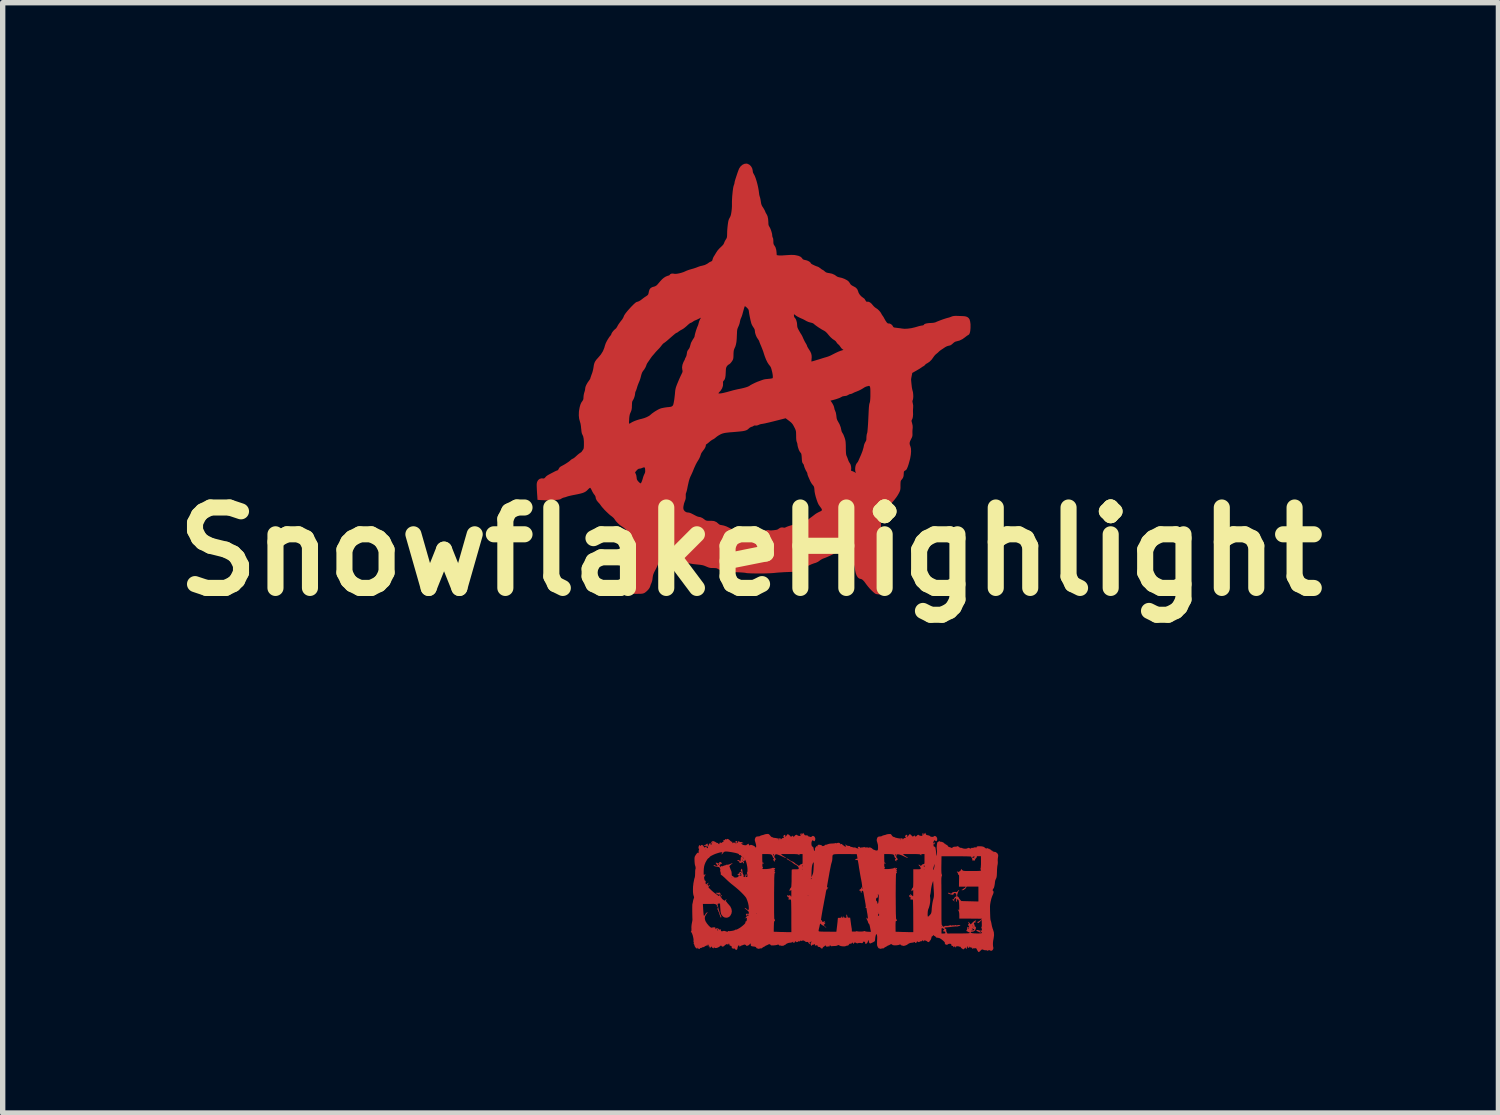
<source format=kicad_pcb>
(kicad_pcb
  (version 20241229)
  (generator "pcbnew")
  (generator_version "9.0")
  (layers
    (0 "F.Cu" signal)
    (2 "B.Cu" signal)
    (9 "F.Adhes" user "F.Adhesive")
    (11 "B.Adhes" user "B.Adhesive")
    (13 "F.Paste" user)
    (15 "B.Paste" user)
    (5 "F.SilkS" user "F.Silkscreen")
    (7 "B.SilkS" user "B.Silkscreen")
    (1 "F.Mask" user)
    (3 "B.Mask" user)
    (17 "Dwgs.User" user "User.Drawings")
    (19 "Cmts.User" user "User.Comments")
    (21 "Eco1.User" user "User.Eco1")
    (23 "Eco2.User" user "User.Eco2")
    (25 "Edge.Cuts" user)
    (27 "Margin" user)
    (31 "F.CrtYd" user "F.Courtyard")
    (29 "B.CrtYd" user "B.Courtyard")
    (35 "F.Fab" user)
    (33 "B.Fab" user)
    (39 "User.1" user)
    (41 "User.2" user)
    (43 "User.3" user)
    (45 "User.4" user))
  (footprint "SnowflakeHighlight"
    (layer "F.Cu")
    (at 10.943 7.233)
    (property "Reference" "SnowflakeHighlight" (at 0 0 0) (layer "F.SilkS") (effects (font (size 1.5 1.5) (thickness 0.3))))
    (attr board_only exclude_from_pos_files exclude_from_bom)
    (fp_poly (pts (xy -0.059 -7.23) (xy -0.024 -7.214) (xy 0.007 -7.185) (xy 0.029 -7.148) (xy 0.04 -7.107) (xy 0.04 -7.095) (xy 0.046 -7.065) (xy 0.061 -7.036) (xy 0.078 -7.005) (xy 0.095 -6.961) (xy 0.112 -6.908) (xy 0.128 -6.849) (xy 0.142 -6.787) (xy 0.153 -6.725) (xy 0.158 -6.684) (xy 0.162 -6.654) (xy 0.168 -6.629) (xy 0.172 -6.616) (xy 0.177 -6.601) (xy 0.183 -6.575) (xy 0.189 -6.542) (xy 0.191 -6.529) (xy 0.197 -6.491) (xy 0.205 -6.463) (xy 0.216 -6.439) (xy 0.23 -6.419) (xy 0.248 -6.39) (xy 0.264 -6.361) (xy 0.271 -6.345) (xy 0.282 -6.318) (xy 0.296 -6.293) (xy 0.299 -6.29) (xy 0.316 -6.254) (xy 0.327 -6.204) (xy 0.332 -6.142) (xy 0.332 -6.139) (xy 0.333 -6.104) (xy 0.338 -6.08) (xy 0.348 -6.061) (xy 0.349 -6.059) (xy 0.365 -6.031) (xy 0.38 -5.994) (xy 0.393 -5.954) (xy 0.402 -5.917) (xy 0.404 -5.894) (xy 0.407 -5.871) (xy 0.413 -5.854) (xy 0.415 -5.852) (xy 0.421 -5.837) (xy 0.424 -5.811) (xy 0.425 -5.786) (xy 0.426 -5.75) (xy 0.432 -5.726) (xy 0.438 -5.716) (xy 0.464 -5.675) (xy 0.479 -5.624) (xy 0.484 -5.585) (xy 0.488 -5.527) (xy 0.516 -5.522) (xy 0.538 -5.52) (xy 0.57 -5.52) (xy 0.605 -5.521) (xy 0.61 -5.522) (xy 0.672 -5.526) (xy 0.72 -5.529) (xy 0.758 -5.531) (xy 0.789 -5.53) (xy 0.816 -5.529) (xy 0.841 -5.525) (xy 0.842 -5.525) (xy 0.895 -5.513) (xy 0.934 -5.495) (xy 0.959 -5.472) (xy 0.962 -5.467) (xy 0.969 -5.456) (xy 0.976 -5.449) (xy 0.988 -5.443) (xy 1.009 -5.437) (xy 1.041 -5.43) (xy 1.041 -5.43) (xy 1.069 -5.42) (xy 1.095 -5.406) (xy 1.115 -5.39) (xy 1.125 -5.375) (xy 1.125 -5.372) (xy 1.132 -5.366) (xy 1.149 -5.355) (xy 1.174 -5.343) (xy 1.201 -5.33) (xy 1.226 -5.32) (xy 1.246 -5.313) (xy 1.247 -5.313) (xy 1.266 -5.305) (xy 1.289 -5.29) (xy 1.303 -5.28) (xy 1.323 -5.264) (xy 1.338 -5.254) (xy 1.344 -5.252) (xy 1.354 -5.247) (xy 1.371 -5.234) (xy 1.382 -5.224) (xy 1.403 -5.208) (xy 1.424 -5.199) (xy 1.453 -5.193) (xy 1.463 -5.192) (xy 1.52 -5.18) (xy 1.571 -5.157) (xy 1.602 -5.134) (xy 1.627 -5.12) (xy 1.661 -5.111) (xy 1.662 -5.111) (xy 1.702 -5.102) (xy 1.748 -5.085) (xy 1.791 -5.063) (xy 1.813 -5.049) (xy 1.833 -5.03) (xy 1.85 -5.006) (xy 1.853 -5) (xy 1.868 -4.978) (xy 1.889 -4.961) (xy 1.914 -4.948) (xy 1.959 -4.923) (xy 1.988 -4.894) (xy 2.003 -4.859) (xy 2.004 -4.856) (xy 2.016 -4.821) (xy 2.039 -4.785) (xy 2.068 -4.755) (xy 2.092 -4.737) (xy 2.124 -4.713) (xy 2.14 -4.687) (xy 2.153 -4.666) (xy 2.164 -4.657) (xy 2.171 -4.658) (xy 2.199 -4.658) (xy 2.229 -4.644) (xy 2.26 -4.617) (xy 2.274 -4.599) (xy 2.296 -4.574) (xy 2.32 -4.552) (xy 2.337 -4.54) (xy 2.366 -4.521) (xy 2.395 -4.494) (xy 2.421 -4.464) (xy 2.438 -4.436) (xy 2.438 -4.436) (xy 2.45 -4.413) (xy 2.461 -4.398) (xy 2.474 -4.38) (xy 2.488 -4.356) (xy 2.489 -4.353) (xy 2.516 -4.305) (xy 2.539 -4.272) (xy 2.557 -4.255) (xy 2.568 -4.252) (xy 2.594 -4.251) (xy 2.621 -4.238) (xy 2.643 -4.217) (xy 2.651 -4.205) (xy 2.659 -4.19) (xy 2.669 -4.181) (xy 2.684 -4.176) (xy 2.71 -4.173) (xy 2.718 -4.172) (xy 2.756 -4.167) (xy 2.798 -4.162) (xy 2.821 -4.158) (xy 2.872 -4.153) (xy 2.932 -4.156) (xy 2.998 -4.165) (xy 3.066 -4.181) (xy 3.091 -4.188) (xy 3.127 -4.199) (xy 3.162 -4.208) (xy 3.189 -4.213) (xy 3.194 -4.214) (xy 3.215 -4.217) (xy 3.227 -4.223) (xy 3.229 -4.224) (xy 3.236 -4.236) (xy 3.257 -4.247) (xy 3.289 -4.255) (xy 3.329 -4.26) (xy 3.352 -4.261) (xy 3.402 -4.264) (xy 3.437 -4.271) (xy 3.45 -4.275) (xy 3.473 -4.286) (xy 3.506 -4.299) (xy 3.545 -4.314) (xy 3.586 -4.329) (xy 3.625 -4.342) (xy 3.657 -4.352) (xy 3.679 -4.358) (xy 3.68 -4.358) (xy 3.706 -4.365) (xy 3.736 -4.376) (xy 3.745 -4.38) (xy 3.762 -4.386) (xy 3.779 -4.39) (xy 3.8 -4.393) (xy 3.829 -4.394) (xy 3.87 -4.393) (xy 3.895 -4.392) (xy 3.946 -4.39) (xy 3.984 -4.388) (xy 4.012 -4.383) (xy 4.033 -4.376) (xy 4.051 -4.366) (xy 4.068 -4.351) (xy 4.083 -4.328) (xy 4.094 -4.29) (xy 4.101 -4.24) (xy 4.101 -4.18) (xy 4.101 -4.168) (xy 4.096 -4.113) (xy 4.087 -4.073) (xy 4.073 -4.047) (xy 4.054 -4.034) (xy 4.054 -4.034) (xy 4.039 -4.026) (xy 4.018 -4.01) (xy 3.999 -3.995) (xy 3.95 -3.96) (xy 3.896 -3.934) (xy 3.844 -3.92) (xy 3.818 -3.913) (xy 3.795 -3.9) (xy 3.77 -3.878) (xy 3.744 -3.856) (xy 3.723 -3.844) (xy 3.699 -3.838) (xy 3.696 -3.838) (xy 3.662 -3.828) (xy 3.629 -3.811) (xy 3.601 -3.792) (xy 3.571 -3.772) (xy 3.56 -3.765) (xy 3.537 -3.749) (xy 3.517 -3.733) (xy 3.51 -3.726) (xy 3.495 -3.711) (xy 3.474 -3.693) (xy 3.464 -3.686) (xy 3.441 -3.665) (xy 3.418 -3.637) (xy 3.407 -3.621) (xy 3.376 -3.578) (xy 3.337 -3.539) (xy 3.294 -3.51) (xy 3.289 -3.508) (xy 3.268 -3.496) (xy 3.255 -3.482) (xy 3.254 -3.481) (xy 3.241 -3.467) (xy 3.223 -3.455) (xy 3.201 -3.443) (xy 3.185 -3.431) (xy 3.172 -3.422) (xy 3.149 -3.407) (xy 3.118 -3.389) (xy 3.093 -3.374) (xy 3.015 -3.33) (xy 3.004 -3.273) (xy 2.998 -3.243) (xy 2.994 -3.219) (xy 2.993 -3.205) (xy 2.993 -3.204) (xy 2.997 -3.156) (xy 3.002 -3.108) (xy 3.007 -3.063) (xy 3.014 -3.026) (xy 3.02 -3.001) (xy 3.021 -2.998) (xy 3.028 -2.97) (xy 3.032 -2.934) (xy 3.034 -2.896) (xy 3.032 -2.86) (xy 3.027 -2.832) (xy 3.024 -2.824) (xy 3.018 -2.808) (xy 3.019 -2.789) (xy 3.024 -2.767) (xy 3.032 -2.723) (xy 3.031 -2.682) (xy 3.029 -2.652) (xy 3.028 -2.626) (xy 3.028 -2.614) (xy 3.03 -2.556) (xy 3.026 -2.508) (xy 3.017 -2.474) (xy 3.013 -2.467) (xy 3.005 -2.452) (xy 3.001 -2.439) (xy 3.003 -2.424) (xy 3.01 -2.4) (xy 3.012 -2.391) (xy 3.022 -2.347) (xy 3.023 -2.307) (xy 3.022 -2.298) (xy 3.019 -2.267) (xy 3.018 -2.241) (xy 3.018 -2.214) (xy 3.019 -2.182) (xy 3.017 -2.153) (xy 3.007 -2.124) (xy 2.996 -2.103) (xy 2.977 -2.064) (xy 2.967 -2.034) (xy 2.966 -2.007) (xy 2.973 -1.979) (xy 2.978 -1.969) (xy 2.99 -1.925) (xy 2.993 -1.87) (xy 2.988 -1.805) (xy 2.975 -1.731) (xy 2.953 -1.65) (xy 2.946 -1.626) (xy 2.932 -1.584) (xy 2.92 -1.555) (xy 2.911 -1.536) (xy 2.901 -1.523) (xy 2.889 -1.514) (xy 2.88 -1.509) (xy 2.866 -1.5) (xy 2.859 -1.489) (xy 2.857 -1.471) (xy 2.856 -1.453) (xy 2.853 -1.408) (xy 2.841 -1.373) (xy 2.82 -1.343) (xy 2.817 -1.341) (xy 2.808 -1.33) (xy 2.801 -1.318) (xy 2.798 -1.303) (xy 2.796 -1.281) (xy 2.795 -1.247) (xy 2.795 -1.231) (xy 2.795 -1.193) (xy 2.793 -1.165) (xy 2.789 -1.143) (xy 2.782 -1.122) (xy 2.77 -1.097) (xy 2.761 -1.08) (xy 2.74 -1.044) (xy 2.714 -1.006) (xy 2.684 -0.967) (xy 2.654 -0.931) (xy 2.626 -0.901) (xy 2.601 -0.88) (xy 2.589 -0.872) (xy 2.571 -0.861) (xy 2.561 -0.849) (xy 2.561 -0.849) (xy 2.553 -0.837) (xy 2.538 -0.818) (xy 2.525 -0.804) (xy 2.501 -0.774) (xy 2.48 -0.736) (xy 2.476 -0.726) (xy 2.46 -0.691) (xy 2.441 -0.667) (xy 2.435 -0.662) (xy 2.417 -0.643) (xy 2.404 -0.621) (xy 2.404 -0.621) (xy 2.4 -0.602) (xy 2.405 -0.585) (xy 2.413 -0.572) (xy 2.421 -0.56) (xy 2.426 -0.548) (xy 2.429 -0.532) (xy 2.431 -0.508) (xy 2.431 -0.474) (xy 2.432 -0.432) (xy 2.432 -0.38) (xy 2.434 -0.341) (xy 2.437 -0.316) (xy 2.441 -0.307) (xy 2.455 -0.284) (xy 2.469 -0.256) (xy 2.48 -0.228) (xy 2.484 -0.207) (xy 2.484 -0.206) (xy 2.48 -0.182) (xy 2.469 -0.157) (xy 2.455 -0.139) (xy 2.448 -0.135) (xy 2.441 -0.13) (xy 2.44 -0.121) (xy 2.445 -0.105) (xy 2.456 -0.078) (xy 2.461 -0.068) (xy 2.472 -0.039) (xy 2.481 -0.006) (xy 2.483 0.003) (xy 2.491 0.03) (xy 2.502 0.053) (xy 2.506 0.059) (xy 2.523 0.081) (xy 2.535 0.105) (xy 2.543 0.135) (xy 2.548 0.176) (xy 2.55 0.191) (xy 2.559 0.254) (xy 2.573 0.306) (xy 2.576 0.313) (xy 2.589 0.347) (xy 2.6 0.385) (xy 2.606 0.405) (xy 2.613 0.434) (xy 2.622 0.461) (xy 2.627 0.471) (xy 2.632 0.486) (xy 2.635 0.509) (xy 2.637 0.541) (xy 2.637 0.587) (xy 2.636 0.609) (xy 2.635 0.655) (xy 2.634 0.688) (xy 2.631 0.711) (xy 2.628 0.727) (xy 2.622 0.74) (xy 2.614 0.751) (xy 2.595 0.772) (xy 2.572 0.788) (xy 2.568 0.79) (xy 2.546 0.795) (xy 2.512 0.799) (xy 2.471 0.801) (xy 2.429 0.801) (xy 2.389 0.799) (xy 2.355 0.795) (xy 2.334 0.79) (xy 2.314 0.777) (xy 2.286 0.754) (xy 2.255 0.724) (xy 2.222 0.69) (xy 2.191 0.654) (xy 2.164 0.62) (xy 2.149 0.599) (xy 2.119 0.558) (xy 2.09 0.528) (xy 2.063 0.512) (xy 2.05 0.51) (xy 2.024 0.502) (xy 1.999 0.481) (xy 1.978 0.448) (xy 1.962 0.406) (xy 1.951 0.359) (xy 1.95 0.349) (xy 1.943 0.308) (xy 1.933 0.264) (xy 1.923 0.231) (xy 1.912 0.2) (xy 1.905 0.172) (xy 1.902 0.154) (xy 1.902 0.153) (xy 1.894 0.128) (xy 1.873 0.109) (xy 1.841 0.097) (xy 1.828 0.095) (xy 1.78 0.084) (xy 1.744 0.063) (xy 1.721 0.032) (xy 1.71 -0.007) (xy 1.707 -0.027) (xy 1.704 -0.039) (xy 1.704 -0.04) (xy 1.695 -0.037) (xy 1.677 -0.027) (xy 1.655 -0.015) (xy 1.634 -0.003) (xy 1.622 0.005) (xy 1.601 0.018) (xy 1.57 0.035) (xy 1.53 0.054) (xy 1.488 0.075) (xy 1.445 0.094) (xy 1.406 0.111) (xy 1.375 0.123) (xy 1.368 0.125) (xy 1.337 0.138) (xy 1.309 0.154) (xy 1.297 0.163) (xy 1.259 0.19) (xy 1.219 0.209) (xy 1.185 0.219) (xy 1.165 0.226) (xy 1.134 0.238) (xy 1.095 0.256) (xy 1.049 0.276) (xy 1.002 0.299) (xy 0.995 0.302) (xy 0.846 0.376) (xy 0.688 0.382) (xy 0.632 0.384) (xy 0.575 0.388) (xy 0.522 0.391) (xy 0.477 0.395) (xy 0.449 0.398) (xy 0.415 0.401) (xy 0.371 0.404) (xy 0.318 0.406) (xy 0.26 0.408) (xy 0.199 0.408) (xy 0.138 0.408) (xy 0.079 0.408) (xy 0.025 0.407) (xy -0.022 0.405) (xy -0.059 0.403) (xy -0.083 0.4) (xy -0.089 0.398) (xy -0.107 0.395) (xy -0.139 0.392) (xy -0.182 0.389) (xy -0.234 0.386) (xy -0.279 0.385) (xy -0.331 0.383) (xy -0.379 0.381) (xy -0.421 0.378) (xy -0.453 0.375) (xy -0.472 0.372) (xy -0.473 0.372) (xy -0.503 0.364) (xy -0.533 0.357) (xy -0.536 0.357) (xy -0.562 0.348) (xy -0.591 0.334) (xy -0.599 0.329) (xy -0.618 0.318) (xy -0.636 0.311) (xy -0.66 0.308) (xy -0.694 0.307) (xy -0.695 0.307) (xy -0.724 0.307) (xy -0.747 0.305) (xy -0.769 0.301) (xy -0.793 0.293) (xy -0.824 0.28) (xy -0.857 0.266) (xy -0.887 0.256) (xy -0.931 0.248) (xy -0.986 0.242) (xy -1.064 0.234) (xy -1.128 0.223) (xy -1.179 0.209) (xy -1.222 0.192) (xy -1.256 0.17) (xy -1.271 0.158) (xy -1.295 0.139) (xy -1.32 0.121) (xy -1.329 0.117) (xy -1.36 0.099) (xy -1.398 0.074) (xy -1.439 0.046) (xy -1.476 0.018) (xy -1.49 0.007) (xy -1.513 -0.01) (xy -1.532 -0.021) (xy -1.543 -0.024) (xy -1.559 -0.028) (xy -1.581 -0.038) (xy -1.583 -0.04) (xy -1.609 -0.056) (xy -1.614 -0.034) (xy -1.621 -0.016) (xy -1.634 0.01) (xy -1.65 0.036) (xy -1.669 0.07) (xy -1.682 0.103) (xy -1.687 0.121) (xy -1.693 0.146) (xy -1.704 0.181) (xy -1.719 0.221) (xy -1.736 0.263) (xy -1.754 0.303) (xy -1.77 0.335) (xy -1.773 0.34) (xy -1.799 0.39) (xy -1.816 0.434) (xy -1.824 0.475) (xy -1.826 0.492) (xy -1.832 0.536) (xy -1.845 0.579) (xy -1.848 0.586) (xy -1.86 0.614) (xy -1.869 0.641) (xy -1.873 0.654) (xy -1.884 0.679) (xy -1.905 0.708) (xy -1.932 0.736) (xy -1.961 0.76) (xy -1.977 0.771) (xy -1.993 0.778) (xy -2.009 0.783) (xy -2.029 0.786) (xy -2.057 0.788) (xy -2.096 0.788) (xy -2.126 0.789) (xy -2.176 0.788) (xy -2.213 0.786) (xy -2.241 0.782) (xy -2.262 0.773) (xy -2.279 0.759) (xy -2.296 0.738) (xy -2.311 0.718) (xy -2.323 0.698) (xy -2.333 0.677) (xy -2.339 0.652) (xy -2.344 0.621) (xy -2.346 0.582) (xy -2.346 0.532) (xy -2.345 0.469) (xy -2.345 0.456) (xy -2.343 0.398) (xy -2.341 0.354) (xy -2.336 0.321) (xy -2.33 0.297) (xy -2.321 0.279) (xy -2.309 0.265) (xy -2.303 0.259) (xy -2.295 0.247) (xy -2.291 0.225) (xy -2.29 0.193) (xy -2.286 0.148) (xy -2.277 0.104) (xy -2.262 0.066) (xy -2.246 0.041) (xy -2.242 0.034) (xy -2.238 0.021) (xy -2.236 0.001) (xy -2.234 -0.028) (xy -2.233 -0.069) (xy -2.232 -0.124) (xy -2.231 -0.143) (xy -2.229 -0.314) (xy -2.294 -0.38) (xy -2.323 -0.409) (xy -2.352 -0.434) (xy -2.377 -0.454) (xy -2.391 -0.463) (xy -2.419 -0.481) (xy -2.451 -0.507) (xy -2.483 -0.538) (xy -2.511 -0.568) (xy -2.53 -0.595) (xy -2.533 -0.6) (xy -2.551 -0.624) (xy -2.579 -0.649) (xy -2.592 -0.659) (xy -2.619 -0.679) (xy -2.652 -0.709) (xy -2.688 -0.743) (xy -2.725 -0.78) (xy -2.751 -0.81) (xy -1.254 -0.81) (xy -1.247 -0.779) (xy -1.227 -0.752) (xy -1.199 -0.734) (xy -1.17 -0.728) (xy -1.152 -0.727) (xy -1.132 -0.722) (xy -1.107 -0.712) (xy -1.075 -0.696) (xy -1.033 -0.674) (xy -1.024 -0.669) (xy -0.999 -0.657) (xy -0.976 -0.649) (xy -0.965 -0.647) (xy -0.934 -0.641) (xy -0.899 -0.626) (xy -0.865 -0.603) (xy -0.861 -0.599) (xy -0.844 -0.586) (xy -0.825 -0.578) (xy -0.802 -0.574) (xy -0.77 -0.573) (xy -0.732 -0.574) (xy -0.68 -0.569) (xy -0.635 -0.549) (xy -0.604 -0.523) (xy -0.584 -0.506) (xy -0.564 -0.497) (xy -0.534 -0.492) (xy -0.534 -0.492) (xy -0.496 -0.484) (xy -0.452 -0.469) (xy -0.4 -0.444) (xy -0.372 -0.429) (xy -0.352 -0.42) (xy -0.326 -0.415) (xy -0.289 -0.413) (xy -0.273 -0.413) (xy -0.235 -0.411) (xy -0.199 -0.407) (xy -0.171 -0.402) (xy -0.168 -0.401) (xy -0.146 -0.395) (xy -0.113 -0.389) (xy -0.073 -0.382) (xy -0.032 -0.376) (xy 0.009 -0.371) (xy 0.046 -0.365) (xy 0.075 -0.361) (xy 0.093 -0.357) (xy 0.093 -0.357) (xy 0.118 -0.355) (xy 0.145 -0.357) (xy 0.145 -0.357) (xy 0.172 -0.363) (xy 0.203 -0.37) (xy 0.21 -0.371) (xy 0.241 -0.379) (xy 0.275 -0.389) (xy 0.286 -0.393) (xy 0.314 -0.401) (xy 0.334 -0.401) (xy 0.343 -0.398) (xy 0.364 -0.394) (xy 0.399 -0.395) (xy 0.432 -0.398) (xy 0.469 -0.403) (xy 0.494 -0.408) (xy 0.512 -0.416) (xy 0.523 -0.425) (xy 0.553 -0.444) (xy 0.586 -0.451) (xy 0.614 -0.447) (xy 0.632 -0.444) (xy 0.653 -0.451) (xy 0.667 -0.458) (xy 0.686 -0.466) (xy 0.717 -0.477) (xy 0.757 -0.489) (xy 0.803 -0.502) (xy 0.833 -0.51) (xy 0.915 -0.531) (xy 0.981 -0.552) (xy 1.031 -0.571) (xy 1.064 -0.588) (xy 1.078 -0.599) (xy 1.093 -0.612) (xy 1.115 -0.629) (xy 1.131 -0.64) (xy 1.159 -0.661) (xy 1.188 -0.683) (xy 1.2 -0.693) (xy 1.225 -0.71) (xy 1.257 -0.728) (xy 1.283 -0.741) (xy 1.31 -0.753) (xy 1.326 -0.764) (xy 1.331 -0.777) (xy 1.326 -0.794) (xy 1.31 -0.818) (xy 1.285 -0.852) (xy 1.267 -0.879) (xy 1.249 -0.919) (xy 1.232 -0.967) (xy 1.216 -1.018) (xy 1.203 -1.069) (xy 1.194 -1.116) (xy 1.192 -1.139) (xy 1.189 -1.174) (xy 1.185 -1.198) (xy 1.179 -1.215) (xy 1.169 -1.23) (xy 1.16 -1.24) (xy 1.14 -1.266) (xy 1.121 -1.298) (xy 1.113 -1.313) (xy 1.093 -1.359) (xy 1.078 -1.392) (xy 1.069 -1.415) (xy 1.063 -1.431) (xy 1.061 -1.442) (xy 1.06 -1.449) (xy 1.056 -1.468) (xy 1.045 -1.488) (xy 1.032 -1.51) (xy 1.019 -1.538) (xy 1.006 -1.568) (xy 0.998 -1.593) (xy 0.995 -1.607) (xy 0.99 -1.623) (xy 0.977 -1.64) (xy 0.969 -1.652) (xy 0.963 -1.666) (xy 0.959 -1.688) (xy 0.956 -1.72) (xy 0.955 -1.742) (xy 0.952 -1.78) (xy 0.949 -1.806) (xy 0.945 -1.824) (xy 0.938 -1.837) (xy 0.928 -1.848) (xy 0.913 -1.87) (xy 0.898 -1.902) (xy 0.886 -1.939) (xy 0.877 -1.973) (xy 0.874 -1.997) (xy 0.87 -2.02) (xy 0.862 -2.042) (xy 0.856 -2.061) (xy 0.852 -2.089) (xy 0.85 -2.13) (xy 0.85 -2.157) (xy 0.849 -2.199) (xy 0.848 -2.229) (xy 0.844 -2.251) (xy 0.838 -2.271) (xy 0.829 -2.292) (xy 0.829 -2.292) (xy 0.808 -2.333) (xy 0.791 -2.364) (xy 0.774 -2.387) (xy 0.755 -2.407) (xy 0.731 -2.427) (xy 0.715 -2.439) (xy 0.654 -2.485) (xy 0.458 -2.435) (xy 0.402 -2.421) (xy 0.349 -2.408) (xy 0.301 -2.397) (xy 0.262 -2.388) (xy 0.234 -2.383) (xy 0.223 -2.381) (xy 0.191 -2.376) (xy 0.16 -2.366) (xy 0.151 -2.361) (xy 0.117 -2.349) (xy 0.093 -2.349) (xy 0.067 -2.349) (xy 0.056 -2.342) (xy 0.042 -2.333) (xy 0.021 -2.326) (xy 0.019 -2.326) (xy -0.01 -2.313) (xy -0.035 -2.292) (xy -0.053 -2.276) (xy -0.076 -2.263) (xy -0.105 -2.253) (xy -0.144 -2.245) (xy -0.195 -2.239) (xy -0.259 -2.233) (xy -0.259 -2.233) (xy -0.329 -2.227) (xy -0.385 -2.223) (xy -0.429 -2.218) (xy -0.464 -2.214) (xy -0.491 -2.209) (xy -0.514 -2.203) (xy -0.533 -2.197) (xy -0.552 -2.189) (xy -0.564 -2.183) (xy -0.596 -2.165) (xy -0.626 -2.145) (xy -0.647 -2.128) (xy -0.67 -2.109) (xy -0.694 -2.094) (xy -0.701 -2.091) (xy -0.72 -2.08) (xy -0.746 -2.062) (xy -0.772 -2.04) (xy -0.773 -2.039) (xy -0.796 -2.02) (xy -0.815 -2.005) (xy -0.826 -1.999) (xy -0.827 -1.999) (xy -0.832 -1.992) (xy -0.833 -1.982) (xy -0.84 -1.951) (xy -0.86 -1.914) (xy -0.889 -1.876) (xy -0.918 -1.835) (xy -0.931 -1.799) (xy -0.94 -1.771) (xy -0.955 -1.738) (xy -0.97 -1.711) (xy -0.998 -1.666) (xy -1.021 -1.623) (xy -1.043 -1.575) (xy -1.056 -1.546) (xy -1.07 -1.51) (xy -1.081 -1.484) (xy -1.09 -1.464) (xy -1.099 -1.444) (xy -1.11 -1.42) (xy -1.12 -1.4) (xy -1.136 -1.36) (xy -1.15 -1.314) (xy -1.163 -1.257) (xy -1.17 -1.226) (xy -1.178 -1.184) (xy -1.186 -1.146) (xy -1.194 -1.117) (xy -1.2 -1.099) (xy -1.201 -1.096) (xy -1.208 -1.075) (xy -1.208 -1.041) (xy -1.208 -1.035) (xy -1.208 -0.996) (xy -1.216 -0.961) (xy -1.221 -0.95) (xy -1.24 -0.897) (xy -1.251 -0.845) (xy -1.254 -0.81) (xy -2.751 -0.81) (xy -2.757 -0.816) (xy -2.783 -0.847) (xy -2.794 -0.863) (xy -2.813 -0.889) (xy -2.836 -0.914) (xy -2.84 -0.918) (xy -2.867 -0.951) (xy -2.884 -0.987) (xy -2.889 -1.015) (xy -2.894 -1.033) (xy -2.907 -1.055) (xy -2.913 -1.061) (xy -2.929 -1.083) (xy -2.947 -1.113) (xy -2.959 -1.138) (xy -2.972 -1.164) (xy -2.983 -1.182) (xy -2.991 -1.189) (xy -2.992 -1.189) (xy -3.002 -1.184) (xy -3.019 -1.169) (xy -3.035 -1.153) (xy -3.055 -1.133) (xy -3.077 -1.117) (xy -3.103 -1.103) (xy -3.134 -1.091) (xy -3.175 -1.08) (xy -3.228 -1.068) (xy -3.269 -1.06) (xy -3.315 -1.051) (xy -3.357 -1.042) (xy -3.391 -1.034) (xy -3.415 -1.027) (xy -3.423 -1.024) (xy -3.445 -1.016) (xy -3.471 -1.009) (xy -3.473 -1.009) (xy -3.5 -1.001) (xy -3.527 -0.987) (xy -3.528 -0.986) (xy -3.541 -0.978) (xy -3.556 -0.972) (xy -3.577 -0.968) (xy -3.606 -0.964) (xy -3.648 -0.961) (xy -3.656 -0.961) (xy -3.709 -0.958) (xy -3.75 -0.956) (xy -3.784 -0.955) (xy -3.817 -0.955) (xy -3.853 -0.957) (xy -3.896 -0.959) (xy -3.898 -0.959) (xy -3.972 -0.964) (xy -3.976 -1.03) (xy -3.981 -1.099) (xy -3.984 -1.154) (xy -3.986 -1.197) (xy -3.987 -1.229) (xy -3.987 -1.254) (xy -3.985 -1.272) (xy -3.982 -1.287) (xy -3.979 -1.299) (xy -3.96 -1.333) (xy -3.932 -1.355) (xy -3.897 -1.365) (xy -3.879 -1.364) (xy -3.857 -1.362) (xy -3.843 -1.367) (xy -3.829 -1.381) (xy -3.825 -1.386) (xy -3.806 -1.406) (xy -3.779 -1.425) (xy -3.761 -1.435) (xy -3.731 -1.451) (xy -3.695 -1.47) (xy -3.682 -1.476) (xy -2.152 -1.476) (xy -2.149 -1.467) (xy -2.141 -1.449) (xy -2.14 -1.447) (xy -2.131 -1.424) (xy -2.126 -1.394) (xy -2.124 -1.38) (xy -2.121 -1.352) (xy -2.112 -1.331) (xy -2.096 -1.31) (xy -2.09 -1.304) (xy -2.072 -1.286) (xy -2.057 -1.274) (xy -2.051 -1.271) (xy -2.043 -1.278) (xy -2.033 -1.294) (xy -2.03 -1.301) (xy -2.02 -1.328) (xy -2.01 -1.36) (xy -2.007 -1.372) (xy -1.997 -1.404) (xy -1.984 -1.436) (xy -1.979 -1.445) (xy -1.968 -1.47) (xy -1.964 -1.494) (xy -1.965 -1.524) (xy -1.967 -1.55) (xy -1.972 -1.564) (xy -1.979 -1.569) (xy -1.986 -1.57) (xy -2.006 -1.565) (xy -2.023 -1.558) (xy -2.046 -1.549) (xy -2.069 -1.546) (xy -2.089 -1.542) (xy -2.109 -1.528) (xy -2.123 -1.513) (xy -2.139 -1.494) (xy -2.15 -1.481) (xy -2.152 -1.476) (xy -3.682 -1.476) (xy -3.666 -1.485) (xy -3.638 -1.499) (xy -3.615 -1.509) (xy -3.601 -1.513) (xy -3.601 -1.513) (xy -3.59 -1.52) (xy -3.579 -1.537) (xy -3.576 -1.544) (xy -3.556 -1.574) (xy -3.533 -1.589) (xy -3.501 -1.606) (xy -3.465 -1.626) (xy -3.43 -1.648) (xy -3.397 -1.67) (xy -3.372 -1.689) (xy -3.358 -1.702) (xy -3.358 -1.702) (xy -3.338 -1.719) (xy -3.315 -1.731) (xy -3.296 -1.741) (xy -3.272 -1.76) (xy -3.249 -1.781) (xy -3.224 -1.804) (xy -3.197 -1.826) (xy -3.178 -1.839) (xy -3.16 -1.851) (xy -3.149 -1.86) (xy -3.148 -1.862) (xy -3.143 -1.872) (xy -3.131 -1.887) (xy -3.128 -1.891) (xy -3.119 -1.905) (xy -3.112 -1.92) (xy -3.109 -1.941) (xy -3.107 -1.973) (xy -3.107 -1.987) (xy -3.107 -2.052) (xy -3.112 -2.107) (xy -3.121 -2.149) (xy -3.134 -2.178) (xy -3.134 -2.178) (xy -3.142 -2.193) (xy -3.148 -2.214) (xy -3.153 -2.245) (xy -3.157 -2.288) (xy -3.158 -2.292) (xy -3.163 -2.342) (xy -3.17 -2.385) (xy -3.174 -2.399) (xy -2.266 -2.399) (xy -2.263 -2.386) (xy -2.257 -2.384) (xy -2.244 -2.391) (xy -2.225 -2.403) (xy -2.198 -2.418) (xy -2.16 -2.435) (xy -2.116 -2.451) (xy -2.071 -2.465) (xy -2.036 -2.473) (xy -1.983 -2.488) (xy -1.933 -2.508) (xy -1.889 -2.531) (xy -1.858 -2.556) (xy -1.857 -2.557) (xy -1.84 -2.572) (xy -1.812 -2.592) (xy -1.78 -2.614) (xy -1.76 -2.626) (xy -1.722 -2.648) (xy -1.69 -2.663) (xy -1.66 -2.673) (xy -1.624 -2.68) (xy -1.615 -2.682) (xy -1.579 -2.688) (xy -1.546 -2.692) (xy -1.522 -2.694) (xy -1.517 -2.695) (xy -1.48 -2.7) (xy -1.454 -2.716) (xy -1.441 -2.738) (xy -1.433 -2.773) (xy -1.426 -2.813) (xy 1.49 -2.813) (xy 1.509 -2.788) (xy 1.527 -2.76) (xy 1.544 -2.729) (xy 1.556 -2.698) (xy 1.561 -2.675) (xy 1.562 -2.673) (xy 1.565 -2.654) (xy 1.575 -2.63) (xy 1.578 -2.622) (xy 1.59 -2.59) (xy 1.598 -2.546) (xy 1.6 -2.53) (xy 1.605 -2.486) (xy 1.615 -2.454) (xy 1.623 -2.438) (xy 1.659 -2.374) (xy 1.681 -2.317) (xy 1.689 -2.28) (xy 1.698 -2.24) (xy 1.713 -2.211) (xy 1.726 -2.191) (xy 1.739 -2.161) (xy 1.752 -2.127) (xy 1.754 -2.122) (xy 1.762 -2.096) (xy 1.768 -2.071) (xy 1.772 -2.045) (xy 1.774 -2.013) (xy 1.776 -1.972) (xy 1.776 -1.934) (xy 1.777 -1.88) (xy 1.779 -1.84) (xy 1.782 -1.812) (xy 1.787 -1.792) (xy 1.79 -1.784) (xy 1.8 -1.762) (xy 1.811 -1.733) (xy 1.817 -1.715) (xy 1.828 -1.686) (xy 1.842 -1.66) (xy 1.85 -1.649) (xy 1.865 -1.622) (xy 1.874 -1.586) (xy 1.877 -1.549) (xy 1.875 -1.53) (xy 1.873 -1.512) (xy 1.881 -1.504) (xy 1.892 -1.501) (xy 1.914 -1.493) (xy 1.938 -1.481) (xy 1.938 -1.481) (xy 1.957 -1.469) (xy 1.964 -1.466) (xy 1.963 -1.472) (xy 1.958 -1.48) (xy 1.952 -1.505) (xy 1.95 -1.539) (xy 1.953 -1.576) (xy 1.961 -1.61) (xy 1.967 -1.624) (xy 1.978 -1.644) (xy 1.987 -1.657) (xy 1.99 -1.659) (xy 1.993 -1.661) (xy 1.998 -1.668) (xy 2.005 -1.681) (xy 2.016 -1.704) (xy 2.03 -1.737) (xy 2.05 -1.782) (xy 2.06 -1.804) (xy 2.088 -1.877) (xy 2.107 -1.943) (xy 2.115 -1.984) (xy 2.124 -2.01) (xy 2.137 -2.037) (xy 2.14 -2.043) (xy 2.153 -2.064) (xy 2.159 -2.088) (xy 2.16 -2.119) (xy 2.16 -2.124) (xy 2.162 -2.155) (xy 2.166 -2.183) (xy 2.17 -2.198) (xy 2.175 -2.213) (xy 2.179 -2.237) (xy 2.182 -2.271) (xy 2.186 -2.317) (xy 2.19 -2.374) (xy 2.194 -2.446) (xy 2.198 -2.532) (xy 2.2 -2.569) (xy 2.203 -2.634) (xy 2.206 -2.685) (xy 2.21 -2.723) (xy 2.214 -2.751) (xy 2.219 -2.768) (xy 2.22 -2.77) (xy 2.225 -2.787) (xy 2.229 -2.812) (xy 2.232 -2.847) (xy 2.234 -2.893) (xy 2.234 -2.928) (xy 2.234 -2.985) (xy 2.233 -3.028) (xy 2.23 -3.059) (xy 2.224 -3.078) (xy 2.216 -3.087) (xy 2.205 -3.089) (xy 2.198 -3.087) (xy 2.176 -3.081) (xy 2.16 -3.077) (xy 2.142 -3.07) (xy 2.117 -3.057) (xy 2.108 -3.05) (xy 2.065 -3.024) (xy 2.017 -3) (xy 1.971 -2.981) (xy 1.962 -2.978) (xy 1.935 -2.967) (xy 1.909 -2.954) (xy 1.906 -2.952) (xy 1.884 -2.942) (xy 1.864 -2.937) (xy 1.863 -2.937) (xy 1.844 -2.933) (xy 1.822 -2.921) (xy 1.82 -2.919) (xy 1.788 -2.904) (xy 1.757 -2.9) (xy 1.718 -2.894) (xy 1.688 -2.879) (xy 1.667 -2.867) (xy 1.635 -2.855) (xy 1.597 -2.842) (xy 1.574 -2.835) (xy 1.49 -2.813) (xy -1.426 -2.813) (xy -1.424 -2.82) (xy -1.417 -2.876) (xy -1.41 -2.938) (xy -1.409 -2.952) (xy -0.599 -2.952) (xy -0.592 -2.947) (xy -0.57 -2.947) (xy -0.534 -2.952) (xy -0.509 -2.957) (xy -0.477 -2.965) (xy -0.436 -2.975) (xy -0.394 -2.987) (xy -0.375 -2.992) (xy -0.33 -3.005) (xy -0.28 -3.017) (xy -0.232 -3.028) (xy -0.219 -3.03) (xy -0.171 -3.04) (xy -0.125 -3.051) (xy -0.083 -3.063) (xy -0.049 -3.075) (xy -0.028 -3.085) (xy -0.024 -3.087) (xy 0.002 -3.105) (xy 0.04 -3.125) (xy 0.083 -3.146) (xy 0.129 -3.166) (xy 0.146 -3.172) (xy 0.189 -3.188) (xy 0.222 -3.2) (xy 0.248 -3.208) (xy 0.272 -3.213) (xy 0.297 -3.216) (xy 0.329 -3.219) (xy 0.334 -3.22) (xy 0.366 -3.223) (xy 0.392 -3.227) (xy 0.408 -3.231) (xy 0.411 -3.232) (xy 0.415 -3.246) (xy 0.415 -3.272) (xy 0.411 -3.307) (xy 0.403 -3.348) (xy 0.398 -3.368) (xy 0.389 -3.402) (xy 0.382 -3.425) (xy 0.374 -3.442) (xy 0.363 -3.459) (xy 0.346 -3.48) (xy 0.343 -3.483) (xy 0.315 -3.526) (xy 0.288 -3.581) (xy 0.263 -3.646) (xy 0.248 -3.692) (xy 0.235 -3.733) (xy 0.217 -3.78) (xy 0.199 -3.825) (xy 0.195 -3.835) (xy 0.181 -3.867) (xy 0.17 -3.895) (xy 0.163 -3.914) (xy 0.162 -3.919) (xy 0.157 -3.932) (xy 0.145 -3.951) (xy 0.138 -3.961) (xy 0.115 -3.996) (xy 0.097 -4.038) (xy 0.084 -4.081) (xy 0.081 -4.111) (xy 0.077 -4.137) (xy 0.065 -4.163) (xy 0.053 -4.18) (xy 0.034 -4.21) (xy 0.018 -4.243) (xy 0.013 -4.259) (xy -0.001 -4.314) (xy -0.013 -4.37) (xy -0.023 -4.422) (xy -0.024 -4.426) (xy 0.809 -4.426) (xy 0.809 -4.399) (xy 0.813 -4.376) (xy 0.823 -4.36) (xy 0.841 -4.338) (xy 0.855 -4.304) (xy 0.865 -4.264) (xy 0.868 -4.229) (xy 0.87 -4.201) (xy 0.875 -4.177) (xy 0.886 -4.151) (xy 0.901 -4.123) (xy 0.918 -4.093) (xy 0.934 -4.066) (xy 0.946 -4.048) (xy 0.947 -4.046) (xy 0.958 -4.027) (xy 0.971 -4.001) (xy 0.981 -3.977) (xy 0.997 -3.943) (xy 1.015 -3.907) (xy 1.026 -3.889) (xy 1.04 -3.865) (xy 1.05 -3.846) (xy 1.052 -3.837) (xy 1.056 -3.825) (xy 1.067 -3.804) (xy 1.083 -3.778) (xy 1.087 -3.772) (xy 1.114 -3.729) (xy 1.13 -3.693) (xy 1.138 -3.658) (xy 1.14 -3.62) (xy 1.138 -3.599) (xy 1.134 -3.543) (xy 1.156 -3.548) (xy 1.171 -3.552) (xy 1.198 -3.56) (xy 1.234 -3.571) (xy 1.275 -3.583) (xy 1.291 -3.588) (xy 1.334 -3.602) (xy 1.376 -3.615) (xy 1.411 -3.625) (xy 1.436 -3.633) (xy 1.44 -3.634) (xy 1.467 -3.644) (xy 1.5 -3.659) (xy 1.525 -3.672) (xy 1.584 -3.702) (xy 1.633 -3.725) (xy 1.68 -3.743) (xy 1.69 -3.746) (xy 1.733 -3.76) (xy 1.712 -3.774) (xy 1.695 -3.789) (xy 1.678 -3.812) (xy 1.674 -3.818) (xy 1.657 -3.842) (xy 1.638 -3.861) (xy 1.633 -3.865) (xy 1.614 -3.883) (xy 1.601 -3.903) (xy 1.587 -3.922) (xy 1.567 -3.938) (xy 1.567 -3.938) (xy 1.529 -3.963) (xy 1.49 -3.998) (xy 1.459 -4.033) (xy 1.428 -4.07) (xy 1.402 -4.096) (xy 1.377 -4.114) (xy 1.351 -4.128) (xy 1.332 -4.138) (xy 1.305 -4.155) (xy 1.273 -4.175) (xy 1.241 -4.197) (xy 1.212 -4.218) (xy 1.188 -4.237) (xy 1.174 -4.249) (xy 1.172 -4.251) (xy 1.161 -4.257) (xy 1.14 -4.264) (xy 1.116 -4.27) (xy 1.081 -4.28) (xy 1.046 -4.295) (xy 1.028 -4.305) (xy 0.998 -4.322) (xy 0.963 -4.339) (xy 0.939 -4.349) (xy 0.905 -4.365) (xy 0.869 -4.384) (xy 0.849 -4.397) (xy 0.809 -4.426) (xy -0.024 -4.426) (xy -0.029 -4.463) (xy -0.03 -4.469) (xy -0.034 -4.497) (xy -0.042 -4.517) (xy -0.058 -4.536) (xy -0.069 -4.547) (xy -0.088 -4.564) (xy -0.102 -4.573) (xy -0.108 -4.574) (xy -0.112 -4.563) (xy -0.119 -4.542) (xy -0.125 -4.521) (xy -0.135 -4.485) (xy -0.146 -4.446) (xy -0.15 -4.429) (xy -0.16 -4.397) (xy -0.171 -4.367) (xy -0.178 -4.354) (xy -0.188 -4.328) (xy -0.196 -4.296) (xy -0.198 -4.285) (xy -0.204 -4.255) (xy -0.216 -4.22) (xy -0.227 -4.194) (xy -0.237 -4.172) (xy -0.244 -4.153) (xy -0.249 -4.132) (xy -0.252 -4.105) (xy -0.253 -4.069) (xy -0.255 -4.036) (xy -0.258 -3.966) (xy -0.263 -3.909) (xy -0.272 -3.862) (xy -0.283 -3.823) (xy -0.297 -3.793) (xy -0.306 -3.771) (xy -0.312 -3.75) (xy -0.316 -3.723) (xy -0.318 -3.686) (xy -0.318 -3.671) (xy -0.319 -3.633) (xy -0.321 -3.607) (xy -0.325 -3.588) (xy -0.332 -3.571) (xy -0.344 -3.551) (xy -0.35 -3.542) (xy -0.371 -3.515) (xy -0.39 -3.497) (xy -0.4 -3.491) (xy -0.417 -3.481) (xy -0.435 -3.463) (xy -0.44 -3.456) (xy -0.449 -3.442) (xy -0.455 -3.426) (xy -0.459 -3.406) (xy -0.461 -3.377) (xy -0.463 -3.336) (xy -0.463 -3.334) (xy -0.466 -3.281) (xy -0.472 -3.241) (xy -0.481 -3.213) (xy -0.494 -3.192) (xy -0.505 -3.181) (xy -0.512 -3.169) (xy -0.514 -3.148) (xy -0.512 -3.133) (xy -0.515 -3.089) (xy -0.53 -3.044) (xy -0.556 -3.002) (xy -0.571 -2.985) (xy -0.587 -2.968) (xy -0.597 -2.955) (xy -0.599 -2.952) (xy -1.409 -2.952) (xy -1.408 -2.962) (xy -1.405 -2.997) (xy -1.4 -3.026) (xy -1.394 -3.053) (xy -1.384 -3.083) (xy -1.37 -3.12) (xy -1.355 -3.156) (xy -1.337 -3.199) (xy -1.318 -3.242) (xy -1.301 -3.279) (xy -1.288 -3.306) (xy -1.286 -3.31) (xy -1.273 -3.337) (xy -1.268 -3.356) (xy -1.268 -3.373) (xy -1.272 -3.387) (xy -1.277 -3.432) (xy -1.27 -3.481) (xy -1.252 -3.53) (xy -1.246 -3.542) (xy -1.233 -3.566) (xy -1.224 -3.585) (xy -1.222 -3.593) (xy -1.218 -3.606) (xy -1.207 -3.623) (xy -1.207 -3.624) (xy -1.197 -3.646) (xy -1.19 -3.677) (xy -1.188 -3.691) (xy -1.183 -3.723) (xy -1.174 -3.746) (xy -1.159 -3.766) (xy -1.141 -3.792) (xy -1.13 -3.82) (xy -1.129 -3.825) (xy -1.11 -3.892) (xy -1.077 -3.952) (xy -1.072 -3.96) (xy -1.056 -3.983) (xy -1.046 -4.003) (xy -1.044 -4.012) (xy -1.041 -4.03) (xy -1.035 -4.058) (xy -1.025 -4.093) (xy -1.014 -4.129) (xy -1.002 -4.163) (xy -0.992 -4.19) (xy -0.988 -4.198) (xy -0.976 -4.227) (xy -0.968 -4.258) (xy -0.967 -4.26) (xy -0.96 -4.288) (xy -0.947 -4.319) (xy -0.943 -4.327) (xy -0.924 -4.361) (xy -0.97 -4.338) (xy -0.997 -4.325) (xy -1.022 -4.314) (xy -1.036 -4.309) (xy -1.056 -4.299) (xy -1.078 -4.284) (xy -1.079 -4.283) (xy -1.098 -4.271) (xy -1.114 -4.264) (xy -1.116 -4.264) (xy -1.128 -4.259) (xy -1.147 -4.244) (xy -1.172 -4.223) (xy -1.184 -4.211) (xy -1.214 -4.185) (xy -1.244 -4.161) (xy -1.271 -4.144) (xy -1.278 -4.14) (xy -1.306 -4.125) (xy -1.334 -4.107) (xy -1.343 -4.1) (xy -1.361 -4.086) (xy -1.375 -4.079) (xy -1.377 -4.078) (xy -1.384 -4.076) (xy -1.397 -4.068) (xy -1.416 -4.053) (xy -1.442 -4.031) (xy -1.478 -4) (xy -1.518 -3.965) (xy -1.549 -3.938) (xy -1.577 -3.915) (xy -1.6 -3.897) (xy -1.614 -3.888) (xy -1.614 -3.888) (xy -1.63 -3.876) (xy -1.648 -3.856) (xy -1.655 -3.847) (xy -1.672 -3.825) (xy -1.695 -3.797) (xy -1.718 -3.773) (xy -1.743 -3.747) (xy -1.768 -3.721) (xy -1.784 -3.701) (xy -1.803 -3.679) (xy -1.821 -3.658) (xy -1.826 -3.653) (xy -1.836 -3.641) (xy -1.85 -3.622) (xy -1.869 -3.595) (xy -1.894 -3.558) (xy -1.926 -3.512) (xy -1.938 -3.488) (xy -1.945 -3.467) (xy -1.959 -3.434) (xy -1.982 -3.395) (xy -2.007 -3.363) (xy -2.023 -3.335) (xy -2.037 -3.294) (xy -2.042 -3.273) (xy -2.052 -3.234) (xy -2.065 -3.194) (xy -2.079 -3.16) (xy -2.079 -3.16) (xy -2.094 -3.124) (xy -2.109 -3.083) (xy -2.116 -3.059) (xy -2.125 -3.03) (xy -2.134 -3.004) (xy -2.141 -2.991) (xy -2.149 -2.97) (xy -2.152 -2.949) (xy -2.156 -2.917) (xy -2.166 -2.88) (xy -2.179 -2.846) (xy -2.193 -2.821) (xy -2.201 -2.808) (xy -2.207 -2.792) (xy -2.21 -2.768) (xy -2.211 -2.733) (xy -2.212 -2.721) (xy -2.213 -2.68) (xy -2.217 -2.651) (xy -2.223 -2.627) (xy -2.232 -2.604) (xy -2.236 -2.595) (xy -2.247 -2.57) (xy -2.254 -2.546) (xy -2.259 -2.516) (xy -2.263 -2.477) (xy -2.263 -2.463) (xy -2.266 -2.424) (xy -2.266 -2.399) (xy -3.174 -2.399) (xy -3.179 -2.416) (xy -3.18 -2.42) (xy -3.195 -2.473) (xy -3.202 -2.536) (xy -3.2 -2.605) (xy -3.197 -2.631) (xy -3.186 -2.691) (xy -3.173 -2.737) (xy -3.157 -2.775) (xy -3.139 -2.801) (xy -3.125 -2.822) (xy -3.117 -2.843) (xy -3.115 -2.872) (xy -3.115 -2.878) (xy -3.111 -2.917) (xy -3.102 -2.958) (xy -3.098 -2.97) (xy -3.089 -2.999) (xy -3.084 -3.027) (xy -3.083 -3.04) (xy -3.078 -3.069) (xy -3.063 -3.106) (xy -3.04 -3.147) (xy -3.015 -3.183) (xy -2.999 -3.205) (xy -2.989 -3.224) (xy -2.986 -3.232) (xy -2.983 -3.245) (xy -2.975 -3.268) (xy -2.965 -3.297) (xy -2.962 -3.304) (xy -2.948 -3.344) (xy -2.936 -3.39) (xy -2.929 -3.428) (xy -2.921 -3.479) (xy -2.91 -3.518) (xy -2.894 -3.55) (xy -2.871 -3.582) (xy -2.846 -3.609) (xy -2.792 -3.672) (xy -2.752 -3.736) (xy -2.726 -3.8) (xy -2.724 -3.808) (xy -2.715 -3.84) (xy -2.705 -3.869) (xy -2.699 -3.885) (xy -2.686 -3.912) (xy -2.668 -3.945) (xy -2.648 -3.977) (xy -2.63 -4.004) (xy -2.615 -4.022) (xy -2.614 -4.023) (xy -2.602 -4.038) (xy -2.597 -4.049) (xy -2.592 -4.065) (xy -2.579 -4.088) (xy -2.56 -4.112) (xy -2.541 -4.133) (xy -2.526 -4.145) (xy -2.505 -4.164) (xy -2.486 -4.194) (xy -2.482 -4.202) (xy -2.467 -4.229) (xy -2.445 -4.261) (xy -2.421 -4.293) (xy -2.418 -4.297) (xy -2.396 -4.324) (xy -2.379 -4.351) (xy -2.368 -4.372) (xy -2.367 -4.376) (xy -2.356 -4.403) (xy -2.331 -4.441) (xy -2.294 -4.487) (xy -2.244 -4.543) (xy -2.216 -4.573) (xy -2.183 -4.606) (xy -2.158 -4.629) (xy -2.14 -4.644) (xy -2.124 -4.653) (xy -2.108 -4.657) (xy -2.108 -4.657) (xy -2.081 -4.667) (xy -2.049 -4.686) (xy -2.036 -4.696) (xy -2.005 -4.72) (xy -1.972 -4.744) (xy -1.953 -4.756) (xy -1.928 -4.773) (xy -1.913 -4.787) (xy -1.905 -4.803) (xy -1.899 -4.828) (xy -1.897 -4.842) (xy -1.885 -4.883) (xy -1.863 -4.913) (xy -1.832 -4.93) (xy -1.822 -4.933) (xy -1.78 -4.945) (xy -1.746 -4.967) (xy -1.727 -4.989) (xy -1.685 -5.038) (xy -1.65 -5.076) (xy -1.618 -5.103) (xy -1.589 -5.122) (xy -1.579 -5.127) (xy -1.553 -5.138) (xy -1.533 -5.145) (xy -1.524 -5.146) (xy -1.511 -5.153) (xy -1.508 -5.158) (xy -1.495 -5.173) (xy -1.472 -5.182) (xy -1.445 -5.183) (xy -1.431 -5.18) (xy -1.408 -5.177) (xy -1.374 -5.179) (xy -1.334 -5.186) (xy -1.291 -5.197) (xy -1.251 -5.21) (xy -1.219 -5.224) (xy -1.193 -5.236) (xy -1.158 -5.249) (xy -1.119 -5.261) (xy -1.109 -5.264) (xy -1.069 -5.275) (xy -1.029 -5.288) (xy -0.996 -5.3) (xy -0.99 -5.303) (xy -0.957 -5.315) (xy -0.925 -5.325) (xy -0.907 -5.328) (xy -0.852 -5.343) (xy -0.805 -5.367) (xy -0.791 -5.377) (xy -0.767 -5.394) (xy -0.741 -5.406) (xy -0.721 -5.416) (xy -0.712 -5.431) (xy -0.708 -5.447) (xy -0.699 -5.475) (xy -0.685 -5.502) (xy -0.684 -5.504) (xy -0.669 -5.526) (xy -0.652 -5.555) (xy -0.638 -5.578) (xy -0.614 -5.614) (xy -0.58 -5.652) (xy -0.557 -5.674) (xy -0.524 -5.706) (xy -0.503 -5.731) (xy -0.494 -5.752) (xy -0.484 -5.777) (xy -0.469 -5.805) (xy -0.461 -5.818) (xy -0.448 -5.839) (xy -0.441 -5.858) (xy -0.438 -5.882) (xy -0.437 -5.915) (xy -0.437 -5.915) (xy -0.436 -5.963) (xy -0.433 -6.014) (xy -0.428 -6.065) (xy -0.422 -6.113) (xy -0.416 -6.152) (xy -0.409 -6.18) (xy -0.409 -6.182) (xy -0.397 -6.209) (xy -0.384 -6.233) (xy -0.382 -6.237) (xy -0.372 -6.259) (xy -0.363 -6.293) (xy -0.356 -6.337) (xy -0.35 -6.386) (xy -0.347 -6.436) (xy -0.347 -6.485) (xy -0.347 -6.486) (xy -0.347 -6.525) (xy -0.345 -6.572) (xy -0.342 -6.623) (xy -0.337 -6.675) (xy -0.332 -6.724) (xy -0.326 -6.768) (xy -0.32 -6.802) (xy -0.313 -6.825) (xy -0.312 -6.829) (xy -0.303 -6.853) (xy -0.299 -6.874) (xy -0.297 -6.89) (xy -0.29 -6.917) (xy -0.279 -6.953) (xy -0.266 -6.993) (xy -0.252 -7.035) (xy -0.238 -7.076) (xy -0.225 -7.111) (xy -0.214 -7.138) (xy -0.21 -7.146) (xy -0.184 -7.183) (xy -0.15 -7.212) (xy -0.112 -7.229) (xy -0.074 -7.233)) (stroke (width 0) (type solid)) (fill yes) (layer "F.Cu"))
    (fp_poly (pts (xy 3.266 5.264) (xy 3.275 5.28) (xy 3.292 5.287) (xy 3.306 5.289) (xy 3.329 5.295) (xy 3.345 5.303) (xy 3.347 5.305) (xy 3.357 5.315) (xy 3.361 5.317) (xy 3.368 5.317) (xy 3.389 5.32) (xy 3.409 5.316) (xy 3.416 5.311) (xy 3.432 5.301) (xy 3.451 5.307) (xy 3.464 5.317) (xy 3.478 5.34) (xy 3.481 5.367) (xy 3.473 5.391) (xy 3.471 5.394) (xy 3.462 5.401) (xy 3.451 5.397) (xy 3.446 5.392) (xy 3.434 5.383) (xy 3.428 5.382) (xy 3.41 5.411) (xy 3.405 5.431) (xy 3.407 5.438) (xy 3.413 5.445) (xy 3.415 5.436) (xy 3.415 5.436) (xy 3.42 5.424) (xy 3.426 5.421) (xy 3.433 5.428) (xy 3.433 5.442) (xy 3.426 5.457) (xy 3.417 5.458) (xy 3.408 5.458) (xy 3.409 5.47) (xy 3.41 5.472) (xy 3.414 5.489) (xy 3.415 5.496) (xy 3.421 5.501) (xy 3.43 5.502) (xy 3.437 5.504) (xy 3.443 5.512) (xy 3.448 5.527) (xy 3.452 5.552) (xy 3.457 5.588) (xy 3.462 5.636) (xy 3.465 5.662) (xy 3.467 5.674) (xy 3.469 5.672) (xy 3.472 5.657) (xy 3.473 5.652) (xy 3.475 5.623) (xy 3.475 5.59) (xy 3.474 5.579) (xy 3.47 5.52) (xy 3.473 5.471) (xy 3.478 5.442) (xy 3.483 5.423) (xy 3.486 5.415) (xy 3.487 5.416) (xy 3.492 5.416) (xy 3.5 5.41) (xy 3.515 5.399) (xy 3.526 5.399) (xy 3.528 5.406) (xy 3.533 5.411) (xy 3.535 5.41) (xy 3.549 5.409) (xy 3.569 5.414) (xy 3.59 5.422) (xy 3.604 5.431) (xy 3.606 5.434) (xy 3.616 5.445) (xy 3.622 5.446) (xy 3.632 5.45) (xy 3.633 5.454) (xy 3.64 5.462) (xy 3.652 5.466) (xy 3.67 5.477) (xy 3.678 5.489) (xy 3.69 5.504) (xy 3.702 5.509) (xy 3.722 5.514) (xy 3.737 5.521) (xy 3.753 5.526) (xy 3.764 5.52) (xy 3.766 5.516) (xy 3.782 5.506) (xy 3.81 5.502) (xy 3.814 5.502) (xy 3.837 5.501) (xy 3.853 5.496) (xy 3.856 5.494) (xy 3.865 5.492) (xy 3.881 5.504) (xy 3.884 5.507) (xy 3.901 5.519) (xy 3.913 5.524) (xy 3.916 5.523) (xy 3.928 5.523) (xy 3.943 5.528) (xy 3.962 5.535) (xy 3.987 5.539) (xy 4.011 5.54) (xy 4.029 5.538) (xy 4.034 5.534) (xy 4.044 5.53) (xy 4.046 5.531) (xy 4.053 5.53) (xy 4.054 5.527) (xy 4.058 5.522) (xy 4.07 5.527) (xy 4.083 5.531) (xy 4.086 5.53) (xy 4.091 5.53) (xy 4.098 5.535) (xy 4.108 5.541) (xy 4.111 5.534) (xy 4.111 5.533) (xy 4.116 5.524) (xy 4.131 5.525) (xy 4.151 5.524) (xy 4.162 5.519) (xy 4.179 5.514) (xy 4.195 5.515) (xy 4.211 5.517) (xy 4.216 5.509) (xy 4.216 5.507) (xy 4.219 5.5) (xy 4.23 5.496) (xy 4.252 5.494) (xy 4.268 5.494) (xy 4.309 5.496) (xy 4.339 5.502) (xy 4.362 5.515) (xy 4.374 5.525) (xy 4.39 5.536) (xy 4.405 5.533) (xy 4.406 5.533) (xy 4.42 5.529) (xy 4.426 5.535) (xy 4.437 5.541) (xy 4.442 5.539) (xy 4.451 5.541) (xy 4.456 5.547) (xy 4.465 5.556) (xy 4.472 5.556) (xy 4.481 5.558) (xy 4.483 5.564) (xy 4.488 5.573) (xy 4.495 5.572) (xy 4.505 5.574) (xy 4.507 5.58) (xy 4.514 5.589) (xy 4.524 5.591) (xy 4.535 5.595) (xy 4.535 5.602) (xy 4.532 5.607) (xy 4.539 5.602) (xy 4.55 5.597) (xy 4.567 5.602) (xy 4.576 5.606) (xy 4.603 5.628) (xy 4.617 5.657) (xy 4.615 5.692) (xy 4.614 5.695) (xy 4.61 5.72) (xy 4.608 5.753) (xy 4.609 5.773) (xy 4.61 5.804) (xy 4.607 5.832) (xy 4.604 5.846) (xy 4.601 5.863) (xy 4.598 5.893) (xy 4.595 5.931) (xy 4.594 5.972) (xy 4.594 5.973) (xy 4.592 6.017) (xy 4.59 6.049) (xy 4.586 6.072) (xy 4.581 6.089) (xy 4.574 6.104) (xy 4.573 6.105) (xy 4.561 6.135) (xy 4.556 6.167) (xy 4.554 6.192) (xy 4.549 6.221) (xy 4.543 6.249) (xy 4.537 6.27) (xy 4.531 6.279) (xy 4.523 6.289) (xy 4.517 6.301) (xy 4.512 6.315) (xy 4.518 6.322) (xy 4.519 6.323) (xy 4.529 6.334) (xy 4.531 6.355) (xy 4.524 6.381) (xy 4.52 6.39) (xy 4.503 6.43) (xy 4.487 6.479) (xy 4.475 6.531) (xy 4.467 6.579) (xy 4.464 6.615) (xy 4.465 6.699) (xy 4.467 6.767) (xy 4.469 6.82) (xy 4.472 6.858) (xy 4.477 6.881) (xy 4.479 6.886) (xy 4.485 6.905) (xy 4.491 6.934) (xy 4.494 6.953) (xy 4.501 6.987) (xy 4.512 7.025) (xy 4.52 7.046) (xy 4.536 7.098) (xy 4.54 7.153) (xy 4.531 7.216) (xy 4.523 7.256) (xy 4.519 7.298) (xy 4.519 7.335) (xy 4.522 7.364) (xy 4.524 7.373) (xy 4.528 7.393) (xy 4.522 7.415) (xy 4.52 7.419) (xy 4.503 7.439) (xy 4.482 7.444) (xy 4.458 7.434) (xy 4.444 7.428) (xy 4.436 7.434) (xy 4.434 7.436) (xy 4.426 7.444) (xy 4.413 7.44) (xy 4.411 7.438) (xy 4.393 7.432) (xy 4.383 7.433) (xy 4.368 7.433) (xy 4.347 7.427) (xy 4.343 7.425) (xy 4.325 7.419) (xy 4.313 7.419) (xy 4.3 7.428) (xy 4.287 7.441) (xy 4.268 7.46) (xy 4.256 7.467) (xy 4.247 7.464) (xy 4.237 7.45) (xy 4.224 7.429) (xy 4.215 7.41) (xy 4.206 7.396) (xy 4.196 7.394) (xy 4.191 7.396) (xy 4.176 7.399) (xy 4.171 7.395) (xy 4.162 7.393) (xy 4.15 7.401) (xy 4.139 7.41) (xy 4.135 7.407) (xy 4.135 7.397) (xy 4.131 7.385) (xy 4.122 7.385) (xy 4.108 7.384) (xy 4.093 7.375) (xy 4.082 7.365) (xy 4.078 7.367) (xy 4.079 7.373) (xy 4.079 7.385) (xy 4.076 7.387) (xy 4.056 7.388) (xy 4.048 7.382) (xy 4.05 7.37) (xy 4.053 7.357) (xy 4.049 7.358) (xy 4.042 7.367) (xy 4.032 7.385) (xy 4.03 7.397) (xy 4.026 7.41) (xy 4.022 7.412) (xy 4.015 7.405) (xy 4.014 7.394) (xy 4.013 7.384) (xy 4.008 7.383) (xy 3.997 7.393) (xy 3.99 7.399) (xy 3.974 7.413) (xy 3.964 7.417) (xy 3.955 7.411) (xy 3.953 7.409) (xy 3.94 7.399) (xy 3.933 7.396) (xy 3.925 7.389) (xy 3.92 7.379) (xy 3.912 7.367) (xy 3.904 7.367) (xy 3.894 7.368) (xy 3.892 7.365) (xy 3.885 7.362) (xy 3.867 7.359) (xy 3.86 7.359) (xy 3.838 7.361) (xy 3.826 7.368) (xy 3.823 7.375) (xy 3.818 7.387) (xy 3.816 7.383) (xy 3.814 7.374) (xy 3.81 7.361) (xy 3.803 7.363) (xy 3.796 7.369) (xy 3.786 7.378) (xy 3.782 7.374) (xy 3.78 7.366) (xy 3.774 7.353) (xy 3.762 7.353) (xy 3.75 7.353) (xy 3.746 7.341) (xy 3.742 7.324) (xy 3.736 7.317) (xy 3.721 7.312) (xy 3.701 7.313) (xy 3.683 7.319) (xy 3.677 7.324) (xy 3.665 7.331) (xy 3.647 7.33) (xy 3.631 7.322) (xy 3.626 7.316) (xy 3.621 7.302) (xy 3.623 7.295) (xy 3.621 7.287) (xy 3.609 7.272) (xy 3.591 7.255) (xy 3.568 7.236) (xy 3.546 7.22) (xy 3.526 7.209) (xy 3.514 7.205) (xy 3.512 7.206) (xy 3.504 7.206) (xy 3.504 7.203) (xy 3.497 7.199) (xy 3.484 7.2) (xy 3.464 7.197) (xy 3.454 7.186) (xy 3.442 7.173) (xy 3.433 7.169) (xy 3.421 7.163) (xy 3.418 7.157) (xy 3.413 7.15) (xy 3.405 7.155) (xy 3.401 7.161) (xy 3.39 7.172) (xy 3.383 7.174) (xy 3.378 7.178) (xy 3.373 7.194) (xy 3.371 7.204) (xy 3.363 7.231) (xy 3.351 7.249) (xy 3.35 7.25) (xy 3.337 7.263) (xy 3.334 7.272) (xy 3.328 7.281) (xy 3.314 7.281) (xy 3.298 7.274) (xy 3.289 7.266) (xy 3.275 7.257) (xy 3.256 7.251) (xy 3.239 7.25) (xy 3.229 7.255) (xy 3.229 7.258) (xy 3.222 7.266) (xy 3.22 7.266) (xy 3.214 7.261) (xy 3.215 7.254) (xy 3.218 7.244) (xy 3.214 7.244) (xy 3.2 7.255) (xy 3.196 7.259) (xy 3.182 7.268) (xy 3.174 7.267) (xy 3.174 7.267) (xy 3.167 7.265) (xy 3.159 7.271) (xy 3.141 7.281) (xy 3.125 7.28) (xy 3.119 7.274) (xy 3.109 7.267) (xy 3.1 7.274) (xy 3.097 7.283) (xy 3.089 7.295) (xy 3.077 7.298) (xy 3.068 7.292) (xy 3.067 7.286) (xy 3.065 7.277) (xy 3.055 7.282) (xy 3.055 7.282) (xy 3.042 7.288) (xy 3.035 7.287) (xy 3.025 7.288) (xy 3.023 7.29) (xy 3.012 7.294) (xy 3.003 7.293) (xy 2.987 7.295) (xy 2.964 7.302) (xy 2.942 7.313) (xy 2.929 7.323) (xy 2.913 7.334) (xy 2.891 7.343) (xy 2.867 7.35) (xy 2.847 7.352) (xy 2.834 7.35) (xy 2.832 7.346) (xy 2.827 7.342) (xy 2.823 7.344) (xy 2.811 7.343) (xy 2.803 7.335) (xy 2.792 7.325) (xy 2.779 7.327) (xy 2.773 7.33) (xy 2.755 7.336) (xy 2.728 7.34) (xy 2.705 7.342) (xy 2.674 7.341) (xy 2.653 7.337) (xy 2.639 7.328) (xy 2.627 7.319) (xy 2.617 7.319) (xy 2.601 7.328) (xy 2.601 7.328) (xy 2.582 7.339) (xy 2.567 7.344) (xy 2.567 7.344) (xy 2.553 7.35) (xy 2.55 7.353) (xy 2.54 7.36) (xy 2.521 7.37) (xy 2.515 7.373) (xy 2.496 7.384) (xy 2.485 7.393) (xy 2.484 7.395) (xy 2.478 7.399) (xy 2.469 7.398) (xy 2.45 7.399) (xy 2.436 7.404) (xy 2.423 7.408) (xy 2.419 7.405) (xy 2.413 7.4) (xy 2.405 7.401) (xy 2.392 7.399) (xy 2.378 7.383) (xy 2.373 7.374) (xy 2.365 7.358) (xy 2.36 7.343) (xy 2.358 7.324) (xy 2.358 7.297) (xy 2.359 7.258) (xy 2.359 7.252) (xy 2.361 7.204) (xy 2.36 7.17) (xy 2.356 7.149) (xy 2.353 7.143) (xy 2.347 7.133) (xy 2.342 7.133) (xy 2.337 7.146) (xy 2.334 7.157) (xy 2.327 7.187) (xy 2.323 7.219) (xy 2.323 7.222) (xy 2.321 7.245) (xy 2.317 7.261) (xy 2.316 7.263) (xy 2.306 7.271) (xy 2.286 7.283) (xy 2.263 7.294) (xy 2.242 7.303) (xy 2.229 7.307) (xy 2.218 7.3) (xy 2.208 7.285) (xy 2.205 7.268) (xy 2.206 7.263) (xy 2.205 7.25) (xy 2.202 7.247) (xy 2.195 7.25) (xy 2.189 7.265) (xy 2.188 7.268) (xy 2.177 7.295) (xy 2.159 7.311) (xy 2.145 7.315) (xy 2.138 7.309) (xy 2.138 7.3) (xy 2.135 7.284) (xy 2.123 7.273) (xy 2.106 7.272) (xy 2.096 7.282) (xy 2.096 7.287) (xy 2.089 7.299) (xy 2.071 7.301) (xy 2.051 7.297) (xy 2.021 7.296) (xy 2.008 7.3) (xy 1.992 7.305) (xy 1.976 7.301) (xy 1.966 7.296) (xy 1.95 7.287) (xy 1.941 7.287) (xy 1.933 7.297) (xy 1.932 7.298) (xy 1.92 7.312) (xy 1.912 7.313) (xy 1.91 7.303) (xy 1.905 7.292) (xy 1.894 7.292) (xy 1.883 7.303) (xy 1.879 7.309) (xy 1.873 7.319) (xy 1.87 7.317) (xy 1.864 7.308) (xy 1.853 7.309) (xy 1.841 7.319) (xy 1.835 7.327) (xy 1.822 7.343) (xy 1.804 7.347) (xy 1.786 7.35) (xy 1.777 7.354) (xy 1.766 7.359) (xy 1.744 7.361) (xy 1.717 7.36) (xy 1.689 7.356) (xy 1.667 7.35) (xy 1.659 7.345) (xy 1.643 7.336) (xy 1.631 7.338) (xy 1.621 7.343) (xy 1.601 7.351) (xy 1.573 7.354) (xy 1.563 7.354) (xy 1.538 7.355) (xy 1.519 7.357) (xy 1.514 7.359) (xy 1.504 7.358) (xy 1.5 7.353) (xy 1.49 7.345) (xy 1.48 7.345) (xy 1.468 7.353) (xy 1.468 7.361) (xy 1.468 7.37) (xy 1.465 7.372) (xy 1.456 7.365) (xy 1.454 7.361) (xy 1.449 7.356) (xy 1.437 7.363) (xy 1.437 7.363) (xy 1.426 7.37) (xy 1.416 7.366) (xy 1.407 7.355) (xy 1.397 7.344) (xy 1.392 7.343) (xy 1.392 7.343) (xy 1.385 7.352) (xy 1.37 7.364) (xy 1.367 7.365) (xy 1.351 7.378) (xy 1.343 7.39) (xy 1.343 7.391) (xy 1.338 7.402) (xy 1.326 7.402) (xy 1.31 7.391) (xy 1.307 7.388) (xy 1.295 7.376) (xy 1.288 7.373) (xy 1.276 7.372) (xy 1.263 7.369) (xy 1.261 7.369) (xy 1.252 7.361) (xy 1.246 7.347) (xy 1.241 7.335) (xy 1.235 7.337) (xy 1.223 7.347) (xy 1.208 7.346) (xy 1.199 7.337) (xy 1.198 7.331) (xy 1.194 7.318) (xy 1.189 7.315) (xy 1.182 7.321) (xy 1.181 7.323) (xy 1.177 7.33) (xy 1.175 7.33) (xy 1.153 7.331) (xy 1.142 7.34) (xy 1.141 7.345) (xy 1.139 7.354) (xy 1.134 7.351) (xy 1.129 7.344) (xy 1.118 7.319) (xy 1.122 7.297) (xy 1.129 7.288) (xy 1.136 7.276) (xy 1.133 7.27) (xy 1.124 7.272) (xy 1.12 7.279) (xy 1.114 7.287) (xy 1.107 7.281) (xy 1.102 7.279) (xy 1.103 7.293) (xy 1.104 7.298) (xy 1.107 7.316) (xy 1.104 7.32) (xy 1.095 7.313) (xy 1.092 7.311) (xy 1.08 7.296) (xy 1.076 7.286) (xy 1.07 7.278) (xy 1.054 7.279) (xy 1.031 7.278) (xy 1.016 7.267) (xy 0.998 7.255) (xy 0.978 7.25) (xy 0.962 7.255) (xy 0.959 7.258) (xy 0.95 7.263) (xy 0.943 7.258) (xy 0.943 7.248) (xy 0.943 7.245) (xy 0.937 7.251) (xy 0.923 7.263) (xy 0.908 7.27) (xy 0.899 7.268) (xy 0.898 7.264) (xy 0.895 7.262) (xy 0.889 7.268) (xy 0.878 7.278) (xy 0.864 7.282) (xy 0.852 7.28) (xy 0.85 7.274) (xy 0.845 7.267) (xy 0.835 7.268) (xy 0.825 7.277) (xy 0.823 7.283) (xy 0.814 7.296) (xy 0.806 7.299) (xy 0.797 7.294) (xy 0.798 7.287) (xy 0.798 7.276) (xy 0.789 7.275) (xy 0.781 7.283) (xy 0.769 7.289) (xy 0.764 7.288) (xy 0.752 7.288) (xy 0.748 7.291) (xy 0.738 7.295) (xy 0.732 7.293) (xy 0.718 7.294) (xy 0.698 7.3) (xy 0.677 7.309) (xy 0.661 7.318) (xy 0.656 7.325) (xy 0.649 7.331) (xy 0.644 7.331) (xy 0.632 7.336) (xy 0.63 7.339) (xy 0.62 7.346) (xy 0.601 7.35) (xy 0.58 7.351) (xy 0.564 7.347) (xy 0.56 7.346) (xy 0.552 7.342) (xy 0.55 7.348) (xy 0.546 7.35) (xy 0.535 7.341) (xy 0.535 7.34) (xy 0.521 7.328) (xy 0.507 7.328) (xy 0.504 7.33) (xy 0.489 7.335) (xy 0.466 7.339) (xy 0.439 7.342) (xy 0.413 7.343) (xy 0.392 7.343) (xy 0.381 7.342) (xy 0.38 7.341) (xy 0.374 7.332) (xy 0.364 7.325) (xy 0.35 7.319) (xy 0.335 7.324) (xy 0.326 7.329) (xy 0.307 7.339) (xy 0.293 7.344) (xy 0.279 7.35) (xy 0.276 7.353) (xy 0.266 7.361) (xy 0.247 7.37) (xy 0.245 7.371) (xy 0.227 7.381) (xy 0.216 7.391) (xy 0.216 7.392) (xy 0.205 7.399) (xy 0.196 7.399) (xy 0.176 7.399) (xy 0.163 7.404) (xy 0.15 7.408) (xy 0.146 7.405) (xy 0.139 7.4) (xy 0.131 7.401) (xy 0.116 7.398) (xy 0.108 7.386) (xy 0.095 7.371) (xy 0.072 7.365) (xy 0.036 7.361) (xy 0.014 7.355) (xy 0.004 7.345) (xy 0.003 7.331) (xy 0.004 7.326) (xy 0.004 7.311) (xy -0.002 7.308) (xy -0.014 7.318) (xy -0.02 7.326) (xy -0.032 7.337) (xy -0.05 7.346) (xy -0.067 7.351) (xy -0.079 7.35) (xy -0.081 7.346) (xy -0.087 7.338) (xy -0.097 7.331) (xy -0.114 7.327) (xy -0.135 7.333) (xy -0.139 7.335) (xy -0.159 7.343) (xy -0.174 7.347) (xy -0.175 7.347) (xy -0.187 7.354) (xy -0.194 7.361) (xy -0.2 7.37) (xy -0.205 7.365) (xy -0.207 7.357) (xy -0.213 7.343) (xy -0.217 7.339) (xy -0.226 7.346) (xy -0.236 7.362) (xy -0.242 7.382) (xy -0.242 7.388) (xy -0.247 7.411) (xy -0.259 7.425) (xy -0.273 7.426) (xy -0.286 7.415) (xy -0.29 7.406) (xy -0.296 7.393) (xy -0.299 7.396) (xy -0.299 7.398) (xy -0.302 7.408) (xy -0.312 7.406) (xy -0.315 7.404) (xy -0.332 7.398) (xy -0.341 7.398) (xy -0.349 7.393) (xy -0.351 7.377) (xy -0.353 7.36) (xy -0.366 7.352) (xy -0.373 7.35) (xy -0.39 7.343) (xy -0.394 7.33) (xy -0.394 7.329) (xy -0.397 7.314) (xy -0.403 7.309) (xy -0.411 7.312) (xy -0.413 7.318) (xy -0.417 7.33) (xy -0.421 7.331) (xy -0.429 7.326) (xy -0.429 7.324) (xy -0.434 7.317) (xy -0.448 7.32) (xy -0.466 7.33) (xy -0.478 7.34) (xy -0.503 7.361) (xy -0.521 7.367) (xy -0.536 7.36) (xy -0.54 7.356) (xy -0.548 7.345) (xy -0.556 7.346) (xy -0.567 7.356) (xy -0.587 7.371) (xy -0.613 7.384) (xy -0.637 7.391) (xy -0.658 7.392) (xy -0.668 7.387) (xy -0.678 7.38) (xy -0.687 7.386) (xy -0.688 7.394) (xy -0.691 7.402) (xy -0.693 7.398) (xy -0.704 7.389) (xy -0.709 7.388) (xy -0.719 7.381) (xy -0.72 7.376) (xy -0.724 7.365) (xy -0.734 7.367) (xy -0.747 7.382) (xy -0.76 7.4) (xy -0.76 7.382) (xy -0.764 7.366) (xy -0.772 7.359) (xy -0.78 7.364) (xy -0.78 7.365) (xy -0.782 7.366) (xy -0.781 7.354) (xy -0.781 7.354) (xy -0.782 7.335) (xy -0.79 7.328) (xy -0.799 7.327) (xy -0.798 7.336) (xy -0.797 7.345) (xy -0.806 7.344) (xy -0.822 7.345) (xy -0.845 7.356) (xy -0.85 7.36) (xy -0.87 7.372) (xy -0.885 7.377) (xy -0.889 7.376) (xy -0.899 7.378) (xy -0.906 7.383) (xy -0.919 7.391) (xy -0.927 7.39) (xy -0.939 7.393) (xy -0.943 7.399) (xy -0.954 7.411) (xy -0.967 7.409) (xy -0.978 7.395) (xy -0.979 7.394) (xy -0.984 7.383) (xy -0.987 7.387) (xy -0.987 7.39) (xy -0.991 7.402) (xy -0.996 7.404) (xy -1.009 7.398) (xy -1.025 7.383) (xy -1.038 7.365) (xy -1.044 7.35) (xy -1.044 7.349) (xy -1.048 7.332) (xy -1.056 7.317) (xy -1.063 7.301) (xy -1.06 7.295) (xy -1.056 7.286) (xy -1.06 7.278) (xy -1.066 7.265) (xy -1.065 7.26) (xy -1.062 7.245) (xy -1.064 7.221) (xy -1.07 7.191) (xy -1.077 7.16) (xy -1.087 7.131) (xy -1.091 7.121) (xy 3.56 7.121) (xy 3.597 7.121) (xy 3.622 7.119) (xy 3.633 7.112) (xy 3.633 7.111) (xy 3.627 7.091) (xy 3.613 7.082) (xy 3.603 7.082) (xy 3.591 7.082) (xy 3.59 7.072) (xy 3.591 7.071) (xy 3.597 7.059) (xy 3.602 7.056) (xy 3.607 7.049) (xy 3.609 7.038) (xy 3.608 7.026) (xy 3.603 7.029) (xy 3.601 7.032) (xy 3.594 7.038) (xy 3.593 7.035) (xy 3.586 7.025) (xy 3.577 7.021) (xy 3.568 7.02) (xy 3.563 7.025) (xy 3.561 7.04) (xy 3.56 7.067) (xy 3.56 7.069) (xy 3.56 7.121) (xy -1.091 7.121) (xy -1.096 7.109) (xy -1.104 7.097) (xy -1.107 7.096) (xy -1.114 7.094) (xy -1.109 7.085) (xy -1.109 7.084) (xy -1.102 7.066) (xy -1.102 7.052) (xy -0.623 7.052) (xy -0.618 7.063) (xy -0.608 7.062) (xy -0.603 7.057) (xy -0.606 7.048) (xy -0.611 7.045) (xy -0.621 7.046) (xy -0.623 7.052) (xy -1.102 7.052) (xy -1.102 7.035) (xy -1.102 7.031) (xy -1.103 7.001) (xy -1.1 6.964) (xy -1.095 6.932) (xy -1.089 6.902) (xy -1.085 6.879) (xy -1.083 6.866) (xy -1.083 6.866) (xy -1.085 6.816) (xy -1.086 6.764) (xy -1.087 6.713) (xy -1.087 6.666) (xy -1.087 6.625) (xy -1.086 6.594) (xy -1.085 6.574) (xy -1.084 6.57) (xy -0.889 6.57) (xy -0.885 6.633) (xy -0.883 6.672) (xy -0.88 6.713) (xy -0.877 6.746) (xy -0.874 6.773) (xy -0.872 6.787) (xy -0.867 6.789) (xy -0.859 6.784) (xy -0.857 6.783) (xy -0.845 6.769) (xy -0.842 6.76) (xy -0.836 6.749) (xy -0.822 6.735) (xy -0.821 6.734) (xy -0.808 6.723) (xy -0.801 6.72) (xy -0.801 6.72) (xy -0.805 6.732) (xy -0.816 6.75) (xy -0.829 6.769) (xy -0.834 6.777) (xy -0.851 6.809) (xy -0.853 6.847) (xy -0.841 6.889) (xy -0.814 6.933) (xy -0.78 6.974) (xy -0.756 6.997) (xy -0.739 7.01) (xy -0.727 7.013) (xy -0.723 7.012) (xy -0.704 7.007) (xy -0.682 7.005) (xy -0.663 7.006) (xy -0.656 7.013) (xy -0.655 7.022) (xy -0.652 7.036) (xy -0.647 7.04) (xy -0.64 7.033) (xy -0.639 7.028) (xy -0.636 7.021) (xy -0.625 7.022) (xy -0.615 7.025) (xy -0.595 7.034) (xy -0.582 7.045) (xy -0.572 7.052) (xy -0.56 7.046) (xy -0.552 7.041) (xy -0.55 7.047) (xy -0.552 7.058) (xy -0.553 7.073) (xy -0.547 7.078) (xy -0.529 7.079) (xy -0.511 7.076) (xy -0.502 7.072) (xy -0.502 7.072) (xy -0.495 7.071) (xy -0.478 7.075) (xy -0.471 7.077) (xy -0.443 7.086) (xy -0.427 7.087) (xy -0.421 7.082) (xy -0.421 7.079) (xy -0.415 7.074) (xy -0.408 7.075) (xy -0.393 7.077) (xy -0.37 7.075) (xy -0.344 7.071) (xy -0.319 7.066) (xy -0.299 7.06) (xy -0.291 7.055) (xy -0.291 7.054) (xy -0.285 7.049) (xy -0.281 7.05) (xy -0.266 7.049) (xy -0.243 7.04) (xy -0.216 7.025) (xy -0.186 7.006) (xy -0.157 6.984) (xy -0.131 6.962) (xy -0.11 6.942) (xy -0.097 6.925) (xy -0.094 6.913) (xy -0.097 6.911) (xy -0.101 6.904) (xy -0.091 6.899) (xy -0.09 6.899) (xy -0.076 6.889) (xy -0.072 6.879) (xy -0.07 6.86) (xy -0.068 6.848) (xy -0.068 6.836) (xy -0.075 6.832) (xy -0.091 6.834) (xy -0.117 6.838) (xy -0.095 6.829) (xy -0.078 6.815) (xy -0.072 6.796) (xy -0.077 6.784) (xy -0.062 6.784) (xy -0.061 6.789) (xy -0.05 6.797) (xy -0.042 6.791) (xy -0.04 6.781) (xy -0.044 6.768) (xy -0.048 6.765) (xy -0.059 6.771) (xy -0.062 6.784) (xy -0.077 6.784) (xy -0.08 6.777) (xy -0.082 6.775) (xy -0.088 6.763) (xy -0.081 6.754) (xy -0.063 6.752) (xy -0.056 6.753) (xy -0.039 6.755) (xy -0.033 6.748) (xy -0.033 6.744) (xy 0.105 6.744) (xy 0.109 6.749) (xy 0.113 6.744) (xy 0.109 6.74) (xy 0.105 6.744) (xy -0.033 6.744) (xy -0.032 6.735) (xy -0.033 6.724) (xy -0.037 6.714) (xy -0.046 6.703) (xy -0.063 6.688) (xy -0.089 6.667) (xy -0.1 6.658) (xy -0.111 6.648) (xy -0.108 6.644) (xy -0.105 6.644) (xy -0.091 6.649) (xy -0.074 6.662) (xy -0.073 6.664) (xy -0.054 6.68) (xy -0.041 6.683) (xy -0.034 6.67) (xy -0.032 6.645) (xy -0.036 6.603) (xy -0.046 6.554) (xy -0.061 6.506) (xy -0.078 6.465) (xy -0.083 6.455) (xy -0.101 6.431) (xy -0.128 6.4) (xy -0.163 6.364) (xy -0.203 6.325) (xy -0.246 6.287) (xy -0.29 6.25) (xy -0.325 6.222) (xy -0.36 6.194) (xy -0.4 6.16) (xy -0.439 6.124) (xy -0.464 6.1) (xy -0.493 6.072) (xy -0.494 6.072) (xy -0.353 6.072) (xy -0.352 6.076) (xy -0.348 6.077) (xy -0.341 6.074) (xy -0.343 6.072) (xy -0.352 6.071) (xy -0.353 6.072) (xy -0.494 6.072) (xy -0.518 6.05) (xy -0.537 6.035) (xy -0.548 6.028) (xy -0.548 6.028) (xy -0.556 6.023) (xy -0.555 6.01) (xy -0.556 5.989) (xy -0.562 5.97) (xy -0.568 5.95) (xy -0.565 5.941) (xy -0.563 5.93) (xy -0.568 5.912) (xy -0.577 5.894) (xy -0.586 5.883) (xy -0.589 5.882) (xy -0.601 5.88) (xy -0.611 5.878) (xy -0.631 5.874) (xy -0.639 5.873) (xy -0.659 5.87) (xy -0.677 5.863) (xy -0.688 5.855) (xy -0.689 5.848) (xy -0.676 5.844) (xy -0.67 5.848) (xy -0.655 5.855) (xy -0.633 5.861) (xy -0.633 5.861) (xy -0.616 5.864) (xy -0.612 5.862) (xy -0.619 5.854) (xy -0.629 5.841) (xy -0.631 5.834) (xy -0.607 5.834) (xy -0.601 5.842) (xy -0.599 5.842) (xy -0.588 5.836) (xy -0.587 5.834) (xy -0.588 5.827) (xy -0.594 5.826) (xy -0.605 5.83) (xy -0.607 5.834) (xy -0.631 5.834) (xy -0.636 5.823) (xy -0.644 5.814) (xy -0.651 5.805) (xy -0.646 5.802) (xy -0.636 5.802) (xy -0.62 5.804) (xy -0.615 5.809) (xy -0.609 5.813) (xy -0.595 5.814) (xy -0.581 5.81) (xy -0.577 5.807) (xy -0.578 5.802) (xy -0.582 5.802) (xy -0.588 5.797) (xy -0.587 5.794) (xy -0.574 5.786) (xy -0.556 5.791) (xy -0.543 5.801) (xy -0.533 5.813) (xy -0.535 5.819) (xy -0.539 5.821) (xy -0.555 5.823) (xy -0.56 5.821) (xy -0.565 5.821) (xy -0.563 5.825) (xy -0.563 5.838) (xy -0.57 5.845) (xy -0.579 5.853) (xy -0.577 5.862) (xy -0.566 5.875) (xy -0.555 5.886) (xy -0.553 5.884) (xy -0.553 5.881) (xy -0.554 5.867) (xy -0.551 5.863) (xy -0.542 5.864) (xy -0.541 5.867) (xy -0.532 5.87) (xy -0.514 5.863) (xy -0.493 5.854) (xy -0.476 5.85) (xy -0.475 5.85) (xy -0.463 5.847) (xy -0.461 5.843) (xy -0.454 5.839) (xy -0.439 5.839) (xy -0.419 5.837) (xy -0.392 5.829) (xy -0.383 5.826) (xy -0.361 5.817) (xy -0.344 5.811) (xy -0.335 5.81) (xy -0.335 5.814) (xy -0.344 5.82) (xy -0.361 5.832) (xy -0.378 5.847) (xy -0.395 5.866) (xy -0.379 5.909) (xy -0.369 5.935) (xy -0.36 5.955) (xy -0.357 5.964) (xy -0.354 5.979) (xy -0.352 6.003) (xy -0.352 6.01) (xy -0.351 6.033) (xy -0.346 6.044) (xy -0.334 6.05) (xy -0.334 6.05) (xy -0.32 6.057) (xy -0.316 6.066) (xy -0.309 6.073) (xy -0.291 6.077) (xy -0.269 6.077) (xy -0.248 6.073) (xy -0.232 6.065) (xy -0.231 6.064) (xy -0.22 6.047) (xy -0.221 6.037) (xy -0.21 6.037) (xy -0.204 6.043) (xy -0.194 6.042) (xy -0.181 6.043) (xy -0.177 6.047) (xy -0.175 6.047) (xy -0.172 6.035) (xy -0.172 6.033) (xy -0.173 6.013) (xy -0.179 6.003) (xy -0.195 5.996) (xy -0.202 6.002) (xy -0.202 6.004) (xy -0.198 6.011) (xy -0.196 6.011) (xy -0.183 6.012) (xy -0.185 6.02) (xy -0.188 6.023) (xy -0.199 6.031) (xy -0.204 6.031) (xy -0.21 6.034) (xy -0.21 6.037) (xy -0.221 6.037) (xy -0.221 6.034) (xy -0.235 6.028) (xy -0.237 6.028) (xy -0.248 6.027) (xy -0.247 6.024) (xy -0.233 6.014) (xy -0.233 6.014) (xy -0.217 6.002) (xy -0.21 5.99) (xy -0.21 5.99) (xy -0.204 5.978) (xy -0.19 5.974) (xy -0.174 5.98) (xy -0.173 5.981) (xy -0.163 5.987) (xy -0.162 5.98) (xy -0.163 5.975) (xy -0.17 5.963) (xy -0.176 5.962) (xy -0.184 5.962) (xy -0.185 5.958) (xy -0.181 5.945) (xy -0.177 5.932) (xy -0.169 5.915) (xy -0.161 5.914) (xy -0.156 5.927) (xy -0.152 5.955) (xy -0.151 5.966) (xy -0.147 5.997) (xy -0.14 6.016) (xy -0.133 6.024) (xy -0.124 6.033) (xy -0.127 6.036) (xy -0.132 6.042) (xy -0.131 6.055) (xy -0.126 6.066) (xy -0.12 6.069) (xy -0.109 6.064) (xy -0.096 6.052) (xy -0.089 6.042) (xy -0.089 6.041) (xy -0.096 6.037) (xy -0.103 6.036) (xy -0.11 6.034) (xy -0.102 6.028) (xy -0.097 6.026) (xy -0.079 6.02) (xy -0.071 6.024) (xy -0.07 6.033) (xy -0.073 6.035) (xy -0.08 6.044) (xy -0.081 6.049) (xy -0.087 6.061) (xy -0.091 6.063) (xy -0.092 6.067) (xy -0.079 6.068) (xy -0.079 6.068) (xy -0.066 6.067) (xy -0.059 6.061) (xy -0.058 6.046) (xy -0.059 6.032) (xy -0.061 6.011) (xy -0.066 5.998) (xy -0.068 5.996) (xy -0.07 5.992) (xy -0.066 5.986) (xy -0.059 5.97) (xy -0.057 5.942) (xy -0.058 5.906) (xy -0.063 5.866) (xy -0.071 5.826) (xy -0.081 5.789) (xy -0.093 5.762) (xy -0.103 5.742) (xy -0.109 5.76) (xy -0.117 5.773) (xy -0.132 5.773) (xy -0.144 5.771) (xy -0.141 5.774) (xy -0.136 5.778) (xy -0.124 5.792) (xy -0.122 5.804) (xy -0.123 5.815) (xy -0.127 5.815) (xy -0.138 5.804) (xy -0.142 5.799) (xy -0.156 5.786) (xy -0.161 5.786) (xy -0.162 5.789) (xy -0.165 5.801) (xy -0.168 5.802) (xy -0.18 5.804) (xy -0.193 5.806) (xy -0.206 5.806) (xy -0.206 5.801) (xy -0.206 5.789) (xy -0.217 5.776) (xy -0.232 5.77) (xy -0.235 5.769) (xy -0.246 5.765) (xy -0.246 5.758) (xy -0.236 5.751) (xy -0.221 5.752) (xy -0.207 5.758) (xy -0.202 5.766) (xy -0.198 5.776) (xy -0.194 5.778) (xy -0.189 5.77) (xy -0.186 5.753) (xy -0.154 5.753) (xy -0.148 5.761) (xy -0.146 5.761) (xy -0.138 5.755) (xy -0.138 5.753) (xy -0.144 5.745) (xy -0.146 5.745) (xy -0.154 5.751) (xy -0.154 5.753) (xy -0.186 5.753) (xy -0.186 5.753) (xy -0.185 5.747) (xy -0.183 5.721) (xy -0.182 5.712) (xy -0.138 5.712) (xy -0.132 5.721) (xy -0.129 5.721) (xy -0.122 5.718) (xy -0.121 5.717) (xy -0.127 5.71) (xy -0.129 5.709) (xy -0.137 5.709) (xy -0.138 5.712) (xy -0.182 5.712) (xy -0.179 5.698) (xy -0.179 5.697) (xy -0.174 5.684) (xy -0.17 5.685) (xy -0.168 5.691) (xy -0.159 5.702) (xy -0.152 5.705) (xy -0.152 5.7) (xy -0.161 5.687) (xy -0.17 5.677) (xy -0.187 5.66) (xy -0.199 5.654) (xy -0.209 5.658) (xy -0.209 5.658) (xy -0.218 5.664) (xy -0.216 5.659) (xy -0.215 5.657) (xy -0.214 5.647) (xy -0.221 5.64) (xy 0.218 5.64) (xy 0.218 5.721) (xy 0.219 5.758) (xy 0.22 5.781) (xy 0.222 5.795) (xy 0.227 5.8) (xy 0.234 5.802) (xy 0.235 5.802) (xy 0.248 5.805) (xy 0.251 5.81) (xy 0.245 5.815) (xy 0.236 5.814) (xy 0.226 5.814) (xy 0.222 5.822) (xy 0.22 5.843) (xy 0.22 5.844) (xy 0.221 5.868) (xy 0.227 5.883) (xy 0.229 5.884) (xy 0.234 5.892) (xy 0.228 5.898) (xy 0.221 5.909) (xy 0.222 5.915) (xy 0.233 5.919) (xy 0.255 5.92) (xy 0.286 5.92) (xy 0.319 5.917) (xy 0.352 5.913) (xy 0.381 5.907) (xy 0.4 5.901) (xy 0.4 5.901) (xy 0.419 5.894) (xy 0.427 5.897) (xy 0.436 5.902) (xy 0.445 5.901) (xy 0.459 5.901) (xy 0.459 5.909) (xy 0.448 5.925) (xy 0.439 5.936) (xy 0.441 5.939) (xy 0.448 5.939) (xy 0.457 5.941) (xy 0.455 5.95) (xy 0.451 5.957) (xy 0.445 5.97) (xy 0.449 5.977) (xy 0.451 5.977) (xy 0.461 5.986) (xy 0.461 5.989) (xy 0.455 5.994) (xy 0.451 5.994) (xy 0.449 5.997) (xy 0.447 6.006) (xy 0.445 6.024) (xy 0.444 6.051) (xy 0.442 6.089) (xy 0.441 6.138) (xy 0.441 6.199) (xy 0.44 6.273) (xy 0.439 6.362) (xy 0.439 6.423) (xy 0.439 6.51) (xy 0.439 6.591) (xy 0.439 6.663) (xy 0.439 6.725) (xy 0.44 6.777) (xy 0.441 6.816) (xy 0.442 6.842) (xy 0.444 6.853) (xy 0.444 6.854) (xy 0.453 6.86) (xy 0.456 6.873) (xy 0.452 6.885) (xy 0.448 6.888) (xy 0.443 6.892) (xy 0.439 6.904) (xy 0.436 6.926) (xy 0.435 6.96) (xy 0.434 6.989) (xy 0.432 7.088) (xy 0.505 7.09) (xy 0.546 7.092) (xy 0.596 7.093) (xy 0.646 7.094) (xy 0.67 7.095) (xy 0.761 7.096) (xy 0.761 7.073) (xy 1.269 7.073) (xy 1.274 7.08) (xy 1.277 7.082) (xy 1.289 7.083) (xy 1.315 7.085) (xy 1.351 7.086) (xy 1.395 7.087) (xy 1.444 7.087) (xy 1.445 7.087) (xy 1.6 7.088) (xy 1.609 7.013) (xy 1.614 6.972) (xy 1.619 6.928) (xy 1.623 6.891) (xy 1.623 6.884) (xy 1.629 6.829) (xy 1.659 6.829) (xy 1.681 6.827) (xy 1.694 6.817) (xy 1.697 6.811) (xy 1.706 6.793) (xy 1.707 6.811) (xy 1.712 6.826) (xy 1.719 6.829) (xy 1.729 6.822) (xy 1.732 6.811) (xy 1.733 6.793) (xy 1.74 6.811) (xy 1.753 6.826) (xy 1.769 6.829) (xy 1.782 6.828) (xy 1.788 6.822) (xy 1.787 6.805) (xy 1.786 6.797) (xy 1.785 6.775) (xy 1.789 6.767) (xy 1.791 6.767) (xy 1.798 6.776) (xy 1.804 6.795) (xy 1.804 6.798) (xy 1.809 6.817) (xy 1.818 6.824) (xy 1.833 6.826) (xy 1.857 6.826) (xy 1.87 6.923) (xy 1.875 6.961) (xy 1.88 6.992) (xy 1.883 7.014) (xy 1.885 7.024) (xy 1.885 7.024) (xy 1.887 7.034) (xy 1.888 7.053) (xy 1.888 7.056) (xy 1.889 7.084) (xy 1.932 7.085) (xy 1.956 7.084) (xy 1.971 7.081) (xy 1.974 7.078) (xy 1.98 7.075) (xy 1.985 7.078) (xy 1.998 7.082) (xy 2.022 7.084) (xy 2.05 7.084) (xy 2.078 7.084) (xy 2.1 7.081) (xy 2.113 7.078) (xy 2.113 7.077) (xy 2.124 7.074) (xy 2.13 7.077) (xy 2.143 7.082) (xy 2.167 7.086) (xy 2.192 7.088) (xy 2.244 7.09) (xy 2.238 7.059) (xy 2.229 7.01) (xy 2.222 6.976) (xy 2.215 6.953) (xy 2.209 6.941) (xy 2.204 6.937) (xy 2.194 6.926) (xy 2.193 6.919) (xy 2.189 6.904) (xy 2.18 6.882) (xy 2.177 6.876) (xy 2.166 6.854) (xy 2.161 6.836) (xy 2.16 6.826) (xy 2.165 6.826) (xy 2.172 6.834) (xy 2.182 6.844) (xy 2.188 6.845) (xy 2.188 6.836) (xy 2.186 6.814) (xy 2.182 6.783) (xy 2.18 6.767) (xy 2.378 6.767) (xy 2.379 6.78) (xy 2.379 6.786) (xy 2.381 6.794) (xy 2.39 6.79) (xy 2.391 6.789) (xy 2.398 6.776) (xy 2.398 6.768) (xy 2.39 6.76) (xy 2.381 6.76) (xy 2.378 6.767) (xy 2.18 6.767) (xy 2.177 6.748) (xy 2.174 6.735) (xy 2.372 6.735) (xy 2.374 6.739) (xy 2.382 6.748) (xy 2.387 6.746) (xy 2.387 6.745) (xy 2.381 6.738) (xy 2.378 6.736) (xy 2.372 6.735) (xy 2.174 6.735) (xy 2.17 6.711) (xy 2.165 6.68) (xy 2.162 6.658) (xy 2.161 6.649) (xy 2.154 6.644) (xy 2.146 6.643) (xy 2.137 6.642) (xy 2.143 6.636) (xy 2.147 6.631) (xy 2.149 6.619) (xy 2.147 6.599) (xy 2.143 6.568) (xy 2.136 6.529) (xy 2.13 6.493) (xy 2.339 6.493) (xy 2.343 6.51) (xy 2.351 6.517) (xy 2.36 6.528) (xy 2.363 6.541) (xy 2.365 6.558) (xy 2.369 6.565) (xy 2.375 6.565) (xy 2.381 6.549) (xy 2.386 6.517) (xy 2.389 6.473) (xy 2.39 6.436) (xy 2.389 6.413) (xy 2.385 6.399) (xy 2.381 6.393) (xy 2.373 6.387) (xy 2.373 6.393) (xy 2.374 6.399) (xy 2.376 6.414) (xy 2.375 6.432) (xy 2.371 6.447) (xy 2.367 6.454) (xy 2.365 6.454) (xy 2.356 6.454) (xy 2.349 6.458) (xy 2.341 6.473) (xy 2.339 6.493) (xy 2.13 6.493) (xy 2.128 6.485) (xy 2.12 6.44) (xy 2.113 6.401) (xy 2.109 6.376) (xy 2.103 6.346) (xy 2.096 6.329) (xy 2.088 6.323) (xy 2.086 6.323) (xy 2.074 6.327) (xy 2.071 6.34) (xy 2.068 6.357) (xy 2.063 6.364) (xy 2.058 6.361) (xy 2.055 6.346) (xy 2.055 6.345) (xy 2.052 6.328) (xy 2.043 6.323) (xy 2.042 6.323) (xy 2.028 6.32) (xy 2.027 6.311) (xy 2.037 6.3) (xy 2.043 6.297) (xy 2.058 6.286) (xy 2.063 6.276) (xy 2.063 6.276) (xy 2.08 6.276) (xy 2.084 6.284) (xy 2.088 6.283) (xy 2.095 6.273) (xy 2.096 6.271) (xy 2.09 6.263) (xy 2.088 6.263) (xy 2.081 6.27) (xy 2.08 6.276) (xy 2.063 6.276) (xy 2.07 6.262) (xy 2.075 6.257) (xy 2.079 6.253) (xy 2.081 6.244) (xy 2.08 6.229) (xy 2.077 6.205) (xy 2.072 6.17) (xy 2.063 6.121) (xy 2.059 6.103) (xy 2.049 6.049) (xy 2.039 5.992) (xy 2.03 5.938) (xy 2.022 5.892) (xy 2.019 5.869) (xy 2.012 5.822) (xy 2.006 5.789) (xy 2.002 5.767) (xy 1.997 5.755) (xy 1.991 5.749) (xy 1.984 5.749) (xy 1.974 5.751) (xy 1.974 5.751) (xy 1.957 5.752) (xy 1.95 5.75) (xy 1.95 5.75) (xy 1.957 5.737) (xy 1.971 5.728) (xy 1.983 5.727) (xy 1.99 5.727) (xy 1.993 5.72) (xy 1.991 5.703) (xy 1.988 5.685) (xy 1.98 5.641) (xy 1.759 5.64) (xy 1.692 5.64) (xy 1.639 5.64) (xy 1.599 5.641) (xy 1.57 5.643) (xy 1.55 5.647) (xy 1.537 5.654) (xy 1.53 5.664) (xy 1.527 5.678) (xy 1.526 5.697) (xy 1.525 5.721) (xy 1.525 5.724) (xy 1.522 5.757) (xy 1.515 5.787) (xy 1.51 5.803) (xy 1.505 5.819) (xy 1.498 5.848) (xy 1.49 5.889) (xy 1.48 5.937) (xy 1.47 5.99) (xy 1.465 6.021) (xy 1.455 6.076) (xy 1.446 6.127) (xy 1.438 6.171) (xy 1.432 6.206) (xy 1.428 6.23) (xy 1.427 6.237) (xy 1.425 6.255) (xy 1.43 6.262) (xy 1.441 6.264) (xy 1.453 6.265) (xy 1.449 6.268) (xy 1.446 6.269) (xy 1.435 6.277) (xy 1.435 6.284) (xy 1.434 6.294) (xy 1.428 6.295) (xy 1.421 6.297) (xy 1.416 6.304) (xy 1.411 6.319) (xy 1.405 6.345) (xy 1.4 6.376) (xy 1.396 6.4) (xy 1.389 6.436) (xy 1.38 6.482) (xy 1.37 6.534) (xy 1.36 6.59) (xy 1.356 6.611) (xy 1.346 6.663) (xy 1.337 6.714) (xy 1.329 6.761) (xy 1.322 6.803) (xy 1.317 6.838) (xy 1.313 6.865) (xy 1.312 6.88) (xy 1.313 6.884) (xy 1.316 6.874) (xy 1.32 6.866) (xy 1.325 6.871) (xy 1.332 6.886) (xy 1.341 6.903) (xy 1.349 6.907) (xy 1.353 6.904) (xy 1.369 6.896) (xy 1.379 6.894) (xy 1.39 6.896) (xy 1.386 6.903) (xy 1.385 6.904) (xy 1.376 6.917) (xy 1.379 6.923) (xy 1.389 6.921) (xy 1.397 6.919) (xy 1.395 6.925) (xy 1.387 6.937) (xy 1.374 6.952) (xy 1.365 6.959) (xy 1.364 6.959) (xy 1.365 6.963) (xy 1.376 6.976) (xy 1.388 6.987) (xy 1.404 7.002) (xy 1.412 7.013) (xy 1.411 7.015) (xy 1.4 7.009) (xy 1.397 7.004) (xy 1.388 6.995) (xy 1.369 6.982) (xy 1.355 6.975) (xy 1.333 6.963) (xy 1.317 6.951) (xy 1.313 6.946) (xy 1.306 6.935) (xy 1.298 6.94) (xy 1.291 6.958) (xy 1.29 6.965) (xy 1.285 6.992) (xy 1.277 7.024) (xy 1.274 7.036) (xy 1.269 7.06) (xy 1.269 7.073) (xy 0.761 7.073) (xy 0.76 6.902) (xy 1.303 6.902) (xy 1.306 6.909) (xy 1.308 6.908) (xy 1.309 6.898) (xy 1.308 6.897) (xy 1.303 6.898) (xy 1.303 6.902) (xy 0.76 6.902) (xy 0.76 6.789) (xy 0.76 6.71) (xy 0.759 6.64) (xy 0.758 6.582) (xy 0.757 6.536) (xy 0.755 6.504) (xy 0.753 6.485) (xy 0.752 6.481) (xy 0.745 6.488) (xy 0.744 6.492) (xy 0.742 6.497) (xy 0.739 6.492) (xy 0.73 6.487) (xy 0.72 6.487) (xy 0.707 6.488) (xy 0.705 6.481) (xy 0.712 6.465) (xy 0.717 6.453) (xy 0.709 6.449) (xy 0.709 6.449) (xy 0.695 6.442) (xy 0.685 6.428) (xy 0.683 6.412) (xy 0.684 6.408) (xy 0.692 6.404) (xy 0.697 6.41) (xy 0.705 6.417) (xy 0.718 6.412) (xy 0.72 6.411) (xy 0.732 6.406) (xy 0.741 6.411) (xy 0.748 6.423) (xy 0.754 6.432) (xy 0.757 6.434) (xy 0.759 6.426) (xy 0.76 6.417) (xy 1.068 6.417) (xy 1.071 6.423) (xy 1.074 6.422) (xy 1.074 6.413) (xy 1.074 6.411) (xy 1.069 6.412) (xy 1.068 6.417) (xy 0.76 6.417) (xy 0.76 6.405) (xy 0.76 6.373) (xy 0.76 6.339) (xy 0.76 6.319) (xy 0.758 6.31) (xy 0.753 6.31) (xy 0.746 6.317) (xy 0.745 6.319) (xy 0.734 6.33) (xy 0.729 6.33) (xy 0.726 6.322) (xy 0.729 6.304) (xy 0.738 6.283) (xy 0.752 6.265) (xy 0.756 6.261) (xy 0.759 6.252) (xy 0.761 6.227) (xy 0.763 6.191) (xy 0.765 6.144) (xy 0.765 6.104) (xy 0.765 6.097) (xy 1.125 6.097) (xy 1.126 6.108) (xy 1.128 6.109) (xy 1.133 6.103) (xy 1.136 6.097) (xy 1.136 6.087) (xy 1.133 6.085) (xy 1.126 6.092) (xy 1.125 6.097) (xy 0.765 6.097) (xy 0.765 6.073) (xy 1.134 6.073) (xy 1.153 6.032) (xy 1.161 6.011) (xy 1.167 5.989) (xy 1.171 5.96) (xy 1.174 5.922) (xy 1.176 5.888) (xy 1.178 5.845) (xy 1.178 5.817) (xy 1.178 5.801) (xy 1.176 5.795) (xy 1.172 5.796) (xy 1.167 5.802) (xy 1.156 5.824) (xy 1.148 5.853) (xy 1.142 5.893) (xy 1.138 5.945) (xy 1.137 5.98) (xy 1.134 6.073) (xy 0.765 6.073) (xy 0.765 6.055) (xy 0.766 6.011) (xy 0.766 5.975) (xy 0.767 5.949) (xy 0.767 5.937) (xy 0.77 5.93) (xy 0.779 5.926) (xy 0.797 5.924) (xy 0.827 5.923) (xy 0.833 5.923) (xy 0.866 5.923) (xy 0.885 5.922) (xy 0.894 5.918) (xy 0.895 5.918) (xy 0.958 5.918) (xy 0.959 5.923) (xy 0.963 5.923) (xy 0.97 5.92) (xy 0.968 5.918) (xy 0.959 5.917) (xy 0.958 5.918) (xy 0.895 5.918) (xy 0.898 5.911) (xy 0.898 5.904) (xy 0.891 5.881) (xy 0.889 5.879) (xy 0.963 5.879) (xy 0.967 5.883) (xy 0.971 5.879) (xy 0.967 5.875) (xy 0.963 5.879) (xy 0.889 5.879) (xy 0.871 5.858) (xy 0.842 5.84) (xy 0.837 5.837) (xy 0.818 5.828) (xy 0.806 5.819) (xy 0.805 5.819) (xy 0.795 5.809) (xy 0.775 5.794) (xy 0.748 5.776) (xy 0.72 5.759) (xy 0.702 5.749) (xy 0.682 5.737) (xy 0.672 5.727) (xy 0.672 5.721) (xy 0.676 5.721) (xy 0.688 5.725) (xy 0.707 5.737) (xy 0.73 5.752) (xy 0.739 5.759) (xy 0.758 5.772) (xy 0.776 5.777) (xy 0.777 5.778) (xy 0.791 5.783) (xy 0.811 5.796) (xy 0.823 5.806) (xy 0.844 5.824) (xy 0.864 5.836) (xy 0.871 5.839) (xy 0.887 5.848) (xy 0.894 5.856) (xy 0.899 5.862) (xy 0.904 5.858) (xy 0.959 5.858) (xy 0.96 5.866) (xy 0.962 5.867) (xy 0.971 5.861) (xy 0.971 5.858) (xy 0.968 5.851) (xy 0.967 5.85) (xy 0.961 5.856) (xy 0.959 5.858) (xy 0.904 5.858) (xy 0.907 5.856) (xy 0.915 5.847) (xy 0.933 5.832) (xy 0.951 5.826) (xy 0.959 5.826) (xy 0.965 5.822) (xy 0.968 5.813) (xy 0.97 5.796) (xy 0.97 5.768) (xy 0.97 5.733) (xy 0.97 5.64) (xy 2.492 5.64) (xy 2.492 5.721) (xy 2.493 5.759) (xy 2.494 5.783) (xy 2.497 5.797) (xy 2.502 5.802) (xy 2.504 5.802) (xy 2.518 5.807) (xy 2.521 5.811) (xy 2.52 5.816) (xy 2.509 5.814) (xy 2.499 5.812) (xy 2.494 5.818) (xy 2.492 5.835) (xy 2.492 5.845) (xy 2.494 5.87) (xy 2.5 5.884) (xy 2.502 5.885) (xy 2.508 5.891) (xy 2.501 5.897) (xy 2.495 5.909) (xy 2.496 5.915) (xy 2.507 5.919) (xy 2.529 5.92) (xy 2.559 5.92) (xy 2.592 5.917) (xy 2.625 5.913) (xy 2.653 5.908) (xy 2.672 5.902) (xy 2.672 5.902) (xy 2.692 5.893) (xy 2.701 5.892) (xy 2.7 5.901) (xy 2.7 5.903) (xy 2.698 5.911) (xy 2.707 5.908) (xy 2.711 5.905) (xy 2.726 5.899) (xy 2.733 5.905) (xy 2.727 5.918) (xy 2.723 5.923) (xy 2.713 5.935) (xy 2.715 5.939) (xy 2.723 5.939) (xy 2.732 5.941) (xy 2.729 5.949) (xy 2.726 5.952) (xy 2.72 5.966) (xy 2.725 5.98) (xy 2.731 5.992) (xy 2.729 5.995) (xy 2.716 5.995) (xy 2.715 5.995) (xy 2.713 6.003) (xy 2.711 6.025) (xy 2.71 6.06) (xy 2.709 6.106) (xy 2.708 6.161) (xy 2.707 6.222) (xy 2.707 6.289) (xy 2.706 6.359) (xy 2.706 6.431) (xy 2.707 6.503) (xy 2.707 6.573) (xy 2.708 6.639) (xy 2.708 6.699) (xy 2.709 6.752) (xy 2.711 6.795) (xy 2.712 6.828) (xy 2.714 6.847) (xy 2.715 6.852) (xy 2.726 6.864) (xy 2.729 6.872) (xy 2.729 6.883) (xy 2.719 6.886) (xy 2.712 6.887) (xy 2.708 6.892) (xy 2.705 6.903) (xy 2.704 6.923) (xy 2.703 6.954) (xy 2.703 6.987) (xy 2.704 7.088) (xy 2.778 7.09) (xy 2.82 7.092) (xy 2.869 7.093) (xy 2.919 7.094) (xy 2.943 7.095) (xy 3.034 7.096) (xy 3.034 6.991) (xy 3.56 6.991) (xy 3.563 6.998) (xy 3.566 6.997) (xy 3.567 6.987) (xy 3.566 6.986) (xy 3.561 6.987) (xy 3.56 6.991) (xy 3.034 6.991) (xy 3.033 6.789) (xy 3.033 6.771) (xy 3.301 6.771) (xy 3.303 6.794) (xy 3.306 6.807) (xy 3.306 6.807) (xy 3.314 6.804) (xy 3.328 6.792) (xy 3.342 6.777) (xy 3.356 6.761) (xy 3.365 6.747) (xy 3.37 6.731) (xy 3.374 6.71) (xy 3.377 6.679) (xy 3.378 6.654) (xy 3.383 6.607) (xy 3.39 6.557) (xy 3.399 6.511) (xy 3.403 6.494) (xy 3.41 6.469) (xy 3.415 6.447) (xy 3.418 6.425) (xy 3.419 6.402) (xy 3.419 6.373) (xy 3.417 6.337) (xy 3.414 6.29) (xy 3.411 6.239) (xy 3.409 6.207) (xy 3.407 6.178) (xy 3.406 6.162) (xy 3.405 6.149) (xy 3.557 6.149) (xy 3.557 6.18) (xy 3.558 6.216) (xy 3.558 6.265) (xy 3.559 6.325) (xy 3.559 6.391) (xy 3.559 6.462) (xy 3.559 6.534) (xy 3.559 6.566) (xy 3.559 6.657) (xy 3.559 6.732) (xy 3.559 6.794) (xy 3.559 6.844) (xy 3.56 6.883) (xy 3.561 6.913) (xy 3.562 6.934) (xy 3.563 6.95) (xy 3.565 6.96) (xy 3.568 6.966) (xy 3.571 6.97) (xy 3.573 6.972) (xy 3.583 6.984) (xy 3.585 6.989) (xy 3.591 6.994) (xy 3.601 6.994) (xy 3.614 6.987) (xy 3.617 6.982) (xy 3.624 6.979) (xy 3.642 6.978) (xy 3.652 6.978) (xy 3.683 6.978) (xy 3.708 6.971) (xy 3.709 6.971) (xy 3.724 6.965) (xy 3.73 6.966) (xy 3.73 6.966) (xy 3.737 6.971) (xy 3.751 6.973) (xy 3.766 6.97) (xy 3.771 6.964) (xy 3.774 6.961) (xy 3.778 6.965) (xy 3.786 6.972) (xy 3.803 6.969) (xy 3.808 6.967) (xy 3.826 6.962) (xy 3.834 6.967) (xy 3.841 6.972) (xy 3.843 6.971) (xy 3.856 6.967) (xy 3.875 6.964) (xy 3.895 6.962) (xy 3.909 6.963) (xy 3.913 6.966) (xy 3.901 6.975) (xy 3.88 6.983) (xy 3.857 6.989) (xy 3.839 6.99) (xy 3.837 6.989) (xy 3.823 6.989) (xy 3.798 6.991) (xy 3.765 6.994) (xy 3.742 6.997) (xy 3.705 7.002) (xy 3.672 7.005) (xy 3.647 7.007) (xy 3.639 7.007) (xy 3.622 7.01) (xy 3.618 7.018) (xy 3.619 7.021) (xy 3.628 7.033) (xy 3.637 7.033) (xy 3.647 7.034) (xy 3.649 7.045) (xy 3.647 7.052) (xy 3.649 7.077) (xy 3.656 7.097) (xy 3.67 7.121) (xy 3.878 7.12) (xy 3.943 7.12) (xy 3.993 7.119) (xy 4.03 7.118) (xy 4.057 7.117) (xy 4.074 7.115) (xy 4.083 7.112) (xy 4.086 7.109) (xy 4.086 7.108) (xy 4.08 7.099) (xy 4.07 7.096) (xy 4.057 7.093) (xy 4.054 7.088) (xy 4.049 7.083) (xy 4.047 7.084) (xy 4.037 7.082) (xy 4.029 7.076) (xy 4.023 7.064) (xy 4.119 7.064) (xy 4.125 7.071) (xy 4.131 7.072) (xy 4.142 7.07) (xy 4.143 7.069) (xy 4.137 7.064) (xy 4.131 7.061) (xy 4.12 7.061) (xy 4.119 7.064) (xy 4.023 7.064) (xy 4.023 7.064) (xy 4.029 7.056) (xy 4.03 7.056) (xy 4.038 7.042) (xy 4.039 7.036) (xy 4.111 7.036) (xy 4.115 7.04) (xy 4.119 7.036) (xy 4.115 7.032) (xy 4.128 7.032) (xy 4.137 7.045) (xy 4.14 7.049) (xy 4.155 7.062) (xy 4.165 7.061) (xy 4.17 7.053) (xy 4.167 7.041) (xy 4.151 7.033) (xy 4.132 7.028) (xy 4.128 7.032) (xy 4.115 7.032) (xy 4.115 7.032) (xy 4.111 7.036) (xy 4.039 7.036) (xy 4.039 7.024) (xy 4.054 7.024) (xy 4.06 7.031) (xy 4.062 7.032) (xy 4.07 7.026) (xy 4.07 7.024) (xy 4.064 7.016) (xy 4.062 7.016) (xy 4.054 7.022) (xy 4.054 7.024) (xy 4.039 7.024) (xy 4.04 7.018) (xy 4.04 7.01) (xy 4.146 7.01) (xy 4.147 7.015) (xy 4.151 7.016) (xy 4.158 7.013) (xy 4.156 7.01) (xy 4.147 7.009) (xy 4.146 7.01) (xy 4.04 7.01) (xy 4.04 7.001) (xy 4.042 6.996) (xy 4.043 6.997) (xy 4.052 7.005) (xy 4.066 7.007) (xy 4.076 7.005) (xy 4.078 7.001) (xy 4.076 6.995) (xy 4.135 6.995) (xy 4.139 6.999) (xy 4.143 6.995) (xy 4.139 6.991) (xy 4.135 6.995) (xy 4.076 6.995) (xy 4.073 6.99) (xy 4.071 6.987) (xy 4.151 6.987) (xy 4.155 6.991) (xy 4.159 6.987) (xy 4.155 6.983) (xy 4.151 6.987) (xy 4.071 6.987) (xy 4.069 6.985) (xy 4.06 6.971) (xy 4.086 6.971) (xy 4.09 6.975) (xy 4.091 6.975) (xy 4.137 6.975) (xy 4.138 6.975) (xy 4.145 6.969) (xy 4.147 6.967) (xy 4.149 6.959) (xy 4.148 6.959) (xy 4.141 6.965) (xy 4.139 6.967) (xy 4.137 6.975) (xy 4.091 6.975) (xy 4.094 6.971) (xy 4.09 6.967) (xy 4.086 6.971) (xy 4.06 6.971) (xy 4.056 6.956) (xy 4.059 6.946) (xy 4.065 6.945) (xy 4.072 6.946) (xy 4.071 6.939) (xy 4.066 6.928) (xy 4.058 6.91) (xy 4.06 6.904) (xy 4.07 6.911) (xy 4.083 6.925) (xy 4.104 6.951) (xy 4.141 6.914) (xy 4.163 6.895) (xy 4.183 6.882) (xy 4.195 6.878) (xy 4.206 6.88) (xy 4.203 6.886) (xy 4.199 6.888) (xy 4.19 6.904) (xy 4.19 6.914) (xy 4.191 6.925) (xy 4.184 6.922) (xy 4.181 6.92) (xy 4.17 6.915) (xy 4.164 6.923) (xy 4.166 6.938) (xy 4.171 6.951) (xy 4.178 6.969) (xy 4.178 6.981) (xy 4.18 6.99) (xy 4.186 6.991) (xy 4.198 6.997) (xy 4.202 7.012) (xy 4.199 7.032) (xy 4.19 7.054) (xy 4.176 7.071) (xy 4.161 7.081) (xy 4.138 7.087) (xy 4.122 7.088) (xy 4.107 7.092) (xy 4.103 7.1) (xy 4.11 7.108) (xy 4.134 7.115) (xy 4.173 7.119) (xy 4.228 7.12) (xy 4.242 7.12) (xy 4.278 7.119) (xy 4.3 7.117) (xy 4.311 7.113) (xy 4.313 7.109) (xy 4.307 7.096) (xy 4.295 7.085) (xy 4.28 7.077) (xy 4.273 7.078) (xy 4.277 7.086) (xy 4.284 7.091) (xy 4.293 7.102) (xy 4.291 7.107) (xy 4.279 7.106) (xy 4.272 7.1) (xy 4.256 7.09) (xy 4.247 7.088) (xy 4.232 7.083) (xy 4.227 7.076) (xy 4.217 7.067) (xy 4.211 7.067) (xy 4.201 7.069) (xy 4.2 7.068) (xy 4.206 7.06) (xy 4.222 7.056) (xy 4.239 7.056) (xy 4.247 7.059) (xy 4.263 7.065) (xy 4.285 7.068) (xy 4.286 7.068) (xy 4.304 7.067) (xy 4.312 7.059) (xy 4.313 7.046) (xy 4.31 7.028) (xy 4.304 7.019) (xy 4.3 7.012) (xy 4.304 7.008) (xy 4.309 6.996) (xy 4.312 6.968) (xy 4.311 6.934) (xy 4.309 6.866) (xy 4.281 6.896) (xy 4.258 6.918) (xy 4.243 6.926) (xy 4.232 6.92) (xy 4.229 6.914) (xy 4.23 6.904) (xy 4.238 6.902) (xy 4.252 6.897) (xy 4.272 6.884) (xy 4.285 6.874) (xy 4.317 6.846) (xy 4.183 6.844) (xy 4.131 6.844) (xy 4.077 6.843) (xy 4.026 6.843) (xy 3.984 6.843) (xy 3.971 6.843) (xy 3.892 6.843) (xy 3.892 6.79) (xy 3.891 6.753) (xy 3.888 6.727) (xy 3.884 6.711) (xy 3.877 6.698) (xy 3.872 6.692) (xy 3.864 6.678) (xy 3.867 6.672) (xy 3.875 6.674) (xy 3.876 6.679) (xy 3.881 6.69) (xy 3.885 6.692) (xy 3.889 6.686) (xy 3.891 6.667) (xy 3.891 6.634) (xy 3.89 6.598) (xy 3.888 6.556) (xy 3.886 6.527) (xy 3.882 6.51) (xy 3.9 6.51) (xy 3.904 6.514) (xy 3.908 6.51) (xy 3.904 6.506) (xy 3.9 6.51) (xy 3.882 6.51) (xy 3.882 6.509) (xy 3.877 6.498) (xy 3.872 6.492) (xy 3.854 6.483) (xy 3.846 6.484) (xy 3.847 6.494) (xy 3.848 6.51) (xy 3.843 6.525) (xy 3.834 6.53) (xy 3.83 6.523) (xy 3.831 6.506) (xy 3.832 6.503) (xy 3.833 6.48) (xy 3.824 6.466) (xy 3.814 6.46) (xy 3.811 6.466) (xy 3.811 6.468) (xy 3.805 6.482) (xy 3.797 6.489) (xy 3.788 6.496) (xy 3.791 6.503) (xy 3.799 6.51) (xy 3.808 6.519) (xy 3.807 6.522) (xy 3.796 6.517) (xy 3.779 6.506) (xy 3.779 6.506) (xy 3.759 6.49) (xy 3.777 6.485) (xy 3.791 6.476) (xy 3.795 6.466) (xy 3.801 6.454) (xy 3.814 6.44) (xy 3.829 6.432) (xy 3.836 6.431) (xy 3.838 6.424) (xy 3.837 6.408) (xy 3.837 6.404) (xy 3.83 6.38) (xy 3.817 6.367) (xy 3.802 6.366) (xy 3.788 6.378) (xy 3.784 6.387) (xy 3.778 6.396) (xy 3.765 6.398) (xy 3.749 6.396) (xy 3.712 6.387) (xy 3.689 6.378) (xy 3.682 6.368) (xy 3.688 6.361) (xy 3.7 6.361) (xy 3.71 6.368) (xy 3.721 6.375) (xy 3.737 6.376) (xy 3.751 6.372) (xy 3.755 6.365) (xy 3.762 6.357) (xy 3.779 6.35) (xy 3.802 6.346) (xy 3.824 6.346) (xy 3.834 6.347) (xy 3.848 6.346) (xy 3.86 6.332) (xy 3.872 6.317) (xy 3.883 6.312) (xy 3.891 6.314) (xy 3.888 6.318) (xy 3.878 6.33) (xy 3.868 6.352) (xy 3.859 6.378) (xy 3.853 6.402) (xy 3.852 6.412) (xy 3.858 6.431) (xy 3.868 6.437) (xy 3.88 6.445) (xy 3.882 6.452) (xy 3.886 6.463) (xy 3.899 6.48) (xy 3.906 6.489) (xy 3.931 6.516) (xy 4.09 6.52) (xy 4.248 6.524) (xy 4.248 6.385) (xy 4.248 6.247) (xy 4.139 6.247) (xy 4.029 6.247) (xy 4.015 6.271) (xy 4.003 6.287) (xy 3.992 6.295) (xy 3.991 6.295) (xy 3.982 6.3) (xy 3.981 6.303) (xy 3.974 6.309) (xy 3.957 6.313) (xy 3.957 6.313) (xy 3.94 6.314) (xy 3.933 6.31) (xy 3.933 6.31) (xy 3.939 6.304) (xy 3.945 6.303) (xy 3.955 6.299) (xy 3.957 6.295) (xy 3.963 6.288) (xy 3.969 6.287) (xy 3.978 6.283) (xy 3.977 6.279) (xy 3.978 6.274) (xy 3.983 6.275) (xy 3.995 6.272) (xy 4.004 6.262) (xy 4.01 6.25) (xy 4.004 6.247) (xy 3.996 6.247) (xy 3.977 6.248) (xy 3.95 6.248) (xy 3.931 6.248) (xy 3.885 6.247) (xy 3.887 6.134) (xy 3.888 6.089) (xy 3.888 6.057) (xy 3.887 6.038) (xy 3.884 6.028) (xy 3.88 6.025) (xy 3.879 6.026) (xy 3.87 6.024) (xy 3.868 6.009) (xy 3.863 5.991) (xy 3.854 5.981) (xy 3.844 5.974) (xy 3.849 5.969) (xy 3.855 5.967) (xy 3.871 5.967) (xy 3.876 5.972) (xy 3.883 5.978) (xy 3.888 5.97) (xy 3.889 5.969) (xy 3.898 5.958) (xy 3.905 5.956) (xy 3.915 5.949) (xy 3.921 5.936) (xy 3.926 5.916) (xy 3.944 5.936) (xy 3.951 5.942) (xy 3.958 5.947) (xy 3.968 5.951) (xy 3.983 5.953) (xy 4.005 5.955) (xy 4.037 5.955) (xy 4.081 5.955) (xy 4.13 5.956) (xy 4.187 5.955) (xy 4.23 5.955) (xy 4.26 5.954) (xy 4.28 5.952) (xy 4.292 5.949) (xy 4.296 5.946) (xy 4.297 5.944) (xy 4.292 5.93) (xy 4.289 5.927) (xy 4.285 5.916) (xy 4.289 5.907) (xy 4.292 5.892) (xy 4.294 5.866) (xy 4.296 5.83) (xy 4.296 5.788) (xy 4.296 5.786) (xy 4.295 5.68) (xy 4.264 5.68) (xy 4.242 5.68) (xy 4.227 5.679) (xy 4.226 5.678) (xy 4.22 5.684) (xy 4.217 5.695) (xy 4.212 5.709) (xy 4.207 5.713) (xy 4.199 5.72) (xy 4.189 5.736) (xy 4.186 5.742) (xy 4.177 5.761) (xy 4.171 5.765) (xy 4.166 5.761) (xy 4.158 5.754) (xy 4.154 5.759) (xy 4.147 5.766) (xy 4.139 5.761) (xy 4.135 5.746) (xy 4.135 5.741) (xy 4.131 5.725) (xy 4.175 5.725) (xy 4.179 5.729) (xy 4.183 5.725) (xy 4.179 5.721) (xy 4.175 5.725) (xy 4.131 5.725) (xy 4.13 5.721) (xy 4.122 5.709) (xy 4.121 5.707) (xy 4.135 5.707) (xy 4.141 5.712) (xy 4.155 5.71) (xy 4.171 5.7) (xy 4.18 5.692) (xy 4.177 5.687) (xy 4.159 5.685) (xy 4.159 5.685) (xy 4.143 5.69) (xy 4.135 5.705) (xy 4.135 5.707) (xy 4.121 5.707) (xy 4.114 5.696) (xy 4.114 5.689) (xy 4.108 5.686) (xy 4.086 5.685) (xy 4.049 5.683) (xy 3.996 5.682) (xy 3.93 5.681) (xy 3.85 5.681) (xy 3.84 5.681) (xy 3.56 5.681) (xy 3.559 5.751) (xy 3.558 5.828) (xy 3.557 5.89) (xy 3.557 5.939) (xy 3.558 5.975) (xy 3.56 6) (xy 3.563 6.014) (xy 3.565 6.019) (xy 3.57 6.034) (xy 3.565 6.05) (xy 3.56 6.068) (xy 3.557 6.101) (xy 3.557 6.149) (xy 3.405 6.149) (xy 3.405 6.147) (xy 3.402 6.146) (xy 3.399 6.154) (xy 3.388 6.186) (xy 3.377 6.229) (xy 3.368 6.275) (xy 3.362 6.318) (xy 3.361 6.332) (xy 3.357 6.361) (xy 3.353 6.385) (xy 3.349 6.398) (xy 3.349 6.398) (xy 3.345 6.413) (xy 3.347 6.442) (xy 3.349 6.451) (xy 3.351 6.491) (xy 3.348 6.54) (xy 3.339 6.591) (xy 3.326 6.638) (xy 3.313 6.669) (xy 3.308 6.686) (xy 3.304 6.711) (xy 3.302 6.742) (xy 3.301 6.771) (xy 3.033 6.771) (xy 3.033 6.72) (xy 3.032 6.657) (xy 3.031 6.601) (xy 3.03 6.553) (xy 3.029 6.516) (xy 3.027 6.492) (xy 3.026 6.482) (xy 3.025 6.481) (xy 3.018 6.488) (xy 3.018 6.492) (xy 3.016 6.497) (xy 3.013 6.492) (xy 3.003 6.487) (xy 2.994 6.487) (xy 2.981 6.486) (xy 2.978 6.475) (xy 2.986 6.461) (xy 2.987 6.459) (xy 2.992 6.451) (xy 2.982 6.449) (xy 2.98 6.449) (xy 2.966 6.442) (xy 2.958 6.427) (xy 2.958 6.411) (xy 2.962 6.405) (xy 2.969 6.403) (xy 2.97 6.407) (xy 2.974 6.416) (xy 2.977 6.417) (xy 2.981 6.41) (xy 2.98 6.401) (xy 2.98 6.388) (xy 2.985 6.384) (xy 2.993 6.391) (xy 2.994 6.398) (xy 2.996 6.407) (xy 2.999 6.406) (xy 3.007 6.408) (xy 3.018 6.419) (xy 3.025 6.426) (xy 3.029 6.427) (xy 3.032 6.418) (xy 3.033 6.398) (xy 3.033 6.369) (xy 3.033 6.336) (xy 3.033 6.317) (xy 3.031 6.31) (xy 3.026 6.311) (xy 3.019 6.319) (xy 3.008 6.331) (xy 3.003 6.33) (xy 3 6.322) (xy 3.001 6.307) (xy 3.008 6.288) (xy 3.018 6.271) (xy 3.027 6.263) (xy 3.028 6.263) (xy 3.03 6.255) (xy 3.032 6.234) (xy 3.033 6.201) (xy 3.034 6.159) (xy 3.034 6.11) (xy 3.034 6.093) (xy 3.034 5.928) (xy 3.403 5.928) (xy 3.405 5.935) (xy 3.405 5.935) (xy 3.41 5.932) (xy 3.417 5.918) (xy 3.423 5.897) (xy 3.428 5.873) (xy 3.43 5.852) (xy 3.43 5.85) (xy 3.429 5.822) (xy 3.423 5.846) (xy 3.412 5.886) (xy 3.406 5.913) (xy 3.403 5.928) (xy 3.034 5.928) (xy 3.034 5.923) (xy 3.103 5.923) (xy 3.136 5.923) (xy 3.157 5.922) (xy 3.167 5.919) (xy 3.168 5.918) (xy 3.231 5.918) (xy 3.232 5.923) (xy 3.237 5.923) (xy 3.243 5.92) (xy 3.242 5.918) (xy 3.232 5.917) (xy 3.231 5.918) (xy 3.168 5.918) (xy 3.171 5.913) (xy 3.172 5.904) (xy 3.166 5.885) (xy 3.155 5.869) (xy 3.23 5.869) (xy 3.234 5.877) (xy 3.24 5.882) (xy 3.242 5.877) (xy 3.243 5.867) (xy 3.24 5.853) (xy 3.236 5.85) (xy 3.23 5.856) (xy 3.23 5.869) (xy 3.155 5.869) (xy 3.153 5.866) (xy 3.152 5.865) (xy 3.138 5.851) (xy 3.132 5.842) (xy 3.132 5.841) (xy 3.137 5.837) (xy 3.149 5.841) (xy 3.161 5.848) (xy 3.167 5.856) (xy 3.173 5.862) (xy 3.181 5.856) (xy 3.189 5.847) (xy 3.206 5.832) (xy 3.224 5.826) (xy 3.232 5.825) (xy 3.238 5.822) (xy 3.241 5.813) (xy 3.243 5.795) (xy 3.243 5.766) (xy 3.243 5.733) (xy 3.243 5.64) (xy 3.211 5.64) (xy 3.19 5.641) (xy 3.182 5.646) (xy 3.183 5.652) (xy 3.184 5.663) (xy 3.181 5.664) (xy 3.172 5.658) (xy 3.169 5.652) (xy 3.165 5.648) (xy 3.156 5.645) (xy 3.14 5.643) (xy 3.114 5.641) (xy 3.077 5.64) (xy 3.026 5.64) (xy 3.003 5.64) (xy 2.841 5.64) (xy 2.859 5.658) (xy 2.879 5.674) (xy 2.904 5.689) (xy 2.91 5.692) (xy 2.926 5.701) (xy 2.933 5.709) (xy 2.931 5.711) (xy 2.919 5.709) (xy 2.898 5.701) (xy 2.871 5.689) (xy 2.871 5.688) (xy 2.82 5.664) (xy 2.78 5.649) (xy 2.751 5.644) (xy 2.738 5.645) (xy 2.724 5.65) (xy 2.722 5.654) (xy 2.722 5.663) (xy 2.718 5.677) (xy 2.716 5.695) (xy 2.726 5.71) (xy 2.727 5.711) (xy 2.739 5.725) (xy 2.743 5.739) (xy 2.74 5.748) (xy 2.731 5.748) (xy 2.722 5.749) (xy 2.718 5.763) (xy 2.718 5.767) (xy 2.716 5.779) (xy 2.714 5.777) (xy 2.713 5.775) (xy 2.707 5.766) (xy 2.702 5.766) (xy 2.697 5.762) (xy 2.695 5.75) (xy 2.697 5.734) (xy 2.703 5.729) (xy 2.711 5.723) (xy 2.711 5.721) (xy 2.705 5.715) (xy 2.701 5.715) (xy 2.692 5.711) (xy 2.691 5.707) (xy 2.686 5.694) (xy 2.684 5.692) (xy 2.679 5.679) (xy 2.678 5.674) (xy 2.677 5.667) (xy 2.692 5.667) (xy 2.7 5.667) (xy 2.71 5.659) (xy 2.711 5.656) (xy 2.706 5.646) (xy 2.697 5.647) (xy 2.692 5.656) (xy 2.692 5.667) (xy 2.677 5.667) (xy 2.675 5.66) (xy 2.664 5.65) (xy 2.643 5.644) (xy 2.61 5.641) (xy 2.574 5.64) (xy 2.492 5.64) (xy 0.97 5.64) (xy 0.937 5.64) (xy 0.917 5.641) (xy 0.909 5.645) (xy 0.91 5.654) (xy 0.913 5.663) (xy 0.908 5.661) (xy 0.9 5.654) (xy 0.893 5.649) (xy 0.882 5.645) (xy 0.865 5.643) (xy 0.841 5.641) (xy 0.805 5.64) (xy 0.757 5.64) (xy 0.726 5.64) (xy 0.567 5.64) (xy 0.586 5.658) (xy 0.605 5.674) (xy 0.63 5.689) (xy 0.636 5.692) (xy 0.653 5.701) (xy 0.659 5.709) (xy 0.657 5.711) (xy 0.645 5.709) (xy 0.624 5.701) (xy 0.598 5.689) (xy 0.598 5.688) (xy 0.548 5.665) (xy 0.509 5.65) (xy 0.481 5.643) (xy 0.469 5.644) (xy 0.456 5.655) (xy 0.446 5.673) (xy 0.442 5.692) (xy 0.447 5.704) (xy 0.453 5.711) (xy 0.466 5.727) (xy 0.469 5.741) (xy 0.468 5.752) (xy 0.463 5.747) (xy 0.461 5.745) (xy 0.454 5.739) (xy 0.452 5.748) (xy 0.453 5.763) (xy 0.449 5.777) (xy 0.445 5.781) (xy 0.439 5.779) (xy 0.436 5.764) (xy 0.435 5.749) (xy 0.433 5.749) (xy 0.429 5.757) (xy 0.423 5.768) (xy 0.422 5.764) (xy 0.421 5.756) (xy 0.424 5.739) (xy 0.429 5.733) (xy 0.437 5.722) (xy 0.437 5.72) (xy 0.432 5.715) (xy 0.43 5.716) (xy 0.424 5.712) (xy 0.415 5.697) (xy 0.413 5.69) (xy 0.404 5.669) (xy 0.403 5.667) (xy 0.418 5.667) (xy 0.426 5.667) (xy 0.436 5.656) (xy 0.437 5.651) (xy 0.433 5.641) (xy 0.425 5.643) (xy 0.419 5.656) (xy 0.418 5.667) (xy 0.403 5.667) (xy 0.394 5.654) (xy 0.38 5.646) (xy 0.358 5.642) (xy 0.325 5.64) (xy 0.3 5.64) (xy 0.218 5.64) (xy -0.221 5.64) (xy -0.224 5.637) (xy -0.247 5.628) (xy -0.283 5.618) (xy -0.334 5.608) (xy -0.363 5.603) (xy -0.41 5.596) (xy -0.445 5.592) (xy -0.469 5.592) (xy -0.487 5.597) (xy -0.501 5.606) (xy -0.514 5.621) (xy -0.518 5.626) (xy -0.531 5.642) (xy -0.539 5.648) (xy -0.539 5.645) (xy -0.535 5.626) (xy -0.534 5.619) (xy -0.53 5.611) (xy -0.525 5.612) (xy -0.519 5.613) (xy -0.52 5.61) (xy -0.532 5.605) (xy -0.555 5.607) (xy -0.586 5.614) (xy -0.622 5.625) (xy -0.66 5.638) (xy -0.696 5.654) (xy -0.728 5.67) (xy -0.753 5.685) (xy -0.767 5.699) (xy -0.769 5.705) (xy -0.775 5.712) (xy -0.779 5.713) (xy -0.791 5.72) (xy -0.806 5.738) (xy -0.823 5.765) (xy -0.84 5.796) (xy -0.853 5.828) (xy -0.858 5.842) (xy -0.865 5.869) (xy -0.87 5.902) (xy -0.873 5.938) (xy -0.874 5.973) (xy -0.874 6.003) (xy -0.872 6.025) (xy -0.867 6.036) (xy -0.866 6.036) (xy -0.859 6.03) (xy -0.858 6.024) (xy -0.853 6.014) (xy -0.85 6.012) (xy -0.842 6.018) (xy -0.844 6.032) (xy -0.854 6.05) (xy -0.856 6.053) (xy -0.865 6.067) (xy -0.866 6.083) (xy -0.862 6.106) (xy -0.855 6.13) (xy -0.847 6.138) (xy -0.843 6.138) (xy -0.835 6.138) (xy -0.836 6.15) (xy -0.837 6.154) (xy -0.839 6.177) (xy -0.837 6.191) (xy -0.833 6.201) (xy -0.827 6.201) (xy -0.814 6.193) (xy -0.805 6.186) (xy -0.788 6.175) (xy -0.781 6.175) (xy -0.782 6.178) (xy -0.789 6.189) (xy -0.793 6.19) (xy -0.798 6.197) (xy -0.798 6.211) (xy -0.793 6.227) (xy -0.786 6.237) (xy -0.785 6.237) (xy -0.779 6.236) (xy -0.78 6.232) (xy -0.779 6.222) (xy -0.772 6.215) (xy -0.764 6.217) (xy -0.763 6.227) (xy -0.77 6.24) (xy -0.783 6.249) (xy -0.784 6.249) (xy -0.787 6.253) (xy -0.781 6.264) (xy -0.764 6.283) (xy -0.748 6.298) (xy -0.722 6.323) (xy -0.697 6.345) (xy -0.677 6.361) (xy -0.675 6.363) (xy -0.652 6.379) (xy -0.626 6.399) (xy -0.619 6.404) (xy -0.6 6.418) (xy -0.589 6.422) (xy -0.582 6.417) (xy -0.582 6.416) (xy -0.574 6.398) (xy -0.579 6.39) (xy -0.595 6.392) (xy -0.595 6.392) (xy -0.61 6.396) (xy -0.615 6.391) (xy -0.615 6.388) (xy -0.621 6.378) (xy -0.628 6.378) (xy -0.642 6.374) (xy -0.646 6.369) (xy -0.645 6.362) (xy -0.633 6.361) (xy -0.621 6.362) (xy -0.598 6.363) (xy -0.584 6.358) (xy -0.584 6.358) (xy -0.576 6.354) (xy -0.575 6.363) (xy -0.571 6.373) (xy -0.566 6.372) (xy -0.56 6.374) (xy -0.559 6.385) (xy -0.561 6.398) (xy -0.565 6.405) (xy -0.568 6.418) (xy -0.566 6.433) (xy -0.56 6.453) (xy -0.559 6.432) (xy -0.554 6.414) (xy -0.546 6.406) (xy -0.536 6.406) (xy -0.535 6.414) (xy -0.542 6.421) (xy -0.551 6.434) (xy -0.546 6.453) (xy -0.531 6.474) (xy -0.516 6.488) (xy -0.496 6.502) (xy -0.484 6.508) (xy -0.477 6.506) (xy -0.47 6.498) (xy -0.458 6.485) (xy -0.451 6.481) (xy -0.447 6.485) (xy -0.452 6.491) (xy -0.459 6.503) (xy -0.461 6.517) (xy -0.459 6.526) (xy -0.453 6.526) (xy -0.446 6.528) (xy -0.445 6.532) (xy -0.44 6.543) (xy -0.425 6.561) (xy -0.412 6.575) (xy -0.377 6.617) (xy -0.356 6.661) (xy -0.349 6.706) (xy -0.356 6.749) (xy -0.377 6.788) (xy -0.392 6.805) (xy -0.421 6.822) (xy -0.455 6.827) (xy -0.489 6.82) (xy -0.512 6.806) (xy -0.531 6.786) (xy -0.545 6.765) (xy -0.554 6.739) (xy -0.56 6.704) (xy -0.563 6.657) (xy -0.564 6.651) (xy -0.569 6.562) (xy -0.592 6.562) (xy -0.609 6.566) (xy -0.615 6.573) (xy -0.613 6.588) (xy -0.608 6.613) (xy -0.601 6.643) (xy -0.593 6.673) (xy -0.586 6.697) (xy -0.582 6.71) (xy -0.576 6.726) (xy -0.575 6.733) (xy -0.571 6.745) (xy -0.563 6.765) (xy -0.558 6.775) (xy -0.547 6.8) (xy -0.543 6.814) (xy -0.547 6.82) (xy -0.555 6.821) (xy -0.564 6.816) (xy -0.564 6.81) (xy -0.565 6.795) (xy -0.571 6.784) (xy -0.58 6.764) (xy -0.582 6.752) (xy -0.587 6.733) (xy -0.595 6.718) (xy -0.604 6.7) (xy -0.604 6.687) (xy -0.605 6.677) (xy -0.611 6.676) (xy -0.622 6.671) (xy -0.619 6.66) (xy -0.614 6.654) (xy -0.609 6.639) (xy -0.613 6.623) (xy -0.624 6.612) (xy -0.63 6.611) (xy -0.639 6.609) (xy -0.632 6.604) (xy -0.631 6.603) (xy -0.623 6.595) (xy -0.623 6.593) (xy -0.656 6.573) (xy -0.691 6.567) (xy -0.704 6.568) (xy -0.729 6.569) (xy -0.764 6.57) (xy -0.803 6.57) (xy -0.815 6.57) (xy -0.889 6.57) (xy -1.084 6.57) (xy -1.084 6.57) (xy -1.079 6.553) (xy -1.075 6.53) (xy -1.074 6.525) (xy -1.069 6.498) (xy -1.061 6.473) (xy -1.06 6.471) (xy -1.053 6.452) (xy -1.055 6.434) (xy -1.06 6.422) (xy -1.068 6.392) (xy -1.073 6.349) (xy -1.074 6.299) (xy -1.072 6.245) (xy -1.068 6.214) (xy -0.817 6.214) (xy -0.815 6.222) (xy -0.814 6.223) (xy -0.807 6.217) (xy -0.805 6.214) (xy -0.806 6.207) (xy -0.809 6.206) (xy -0.817 6.212) (xy -0.817 6.214) (xy -1.068 6.214) (xy -1.066 6.19) (xy -1.064 6.179) (xy -1.057 6.143) (xy -1.051 6.111) (xy -1.045 6.089) (xy -1.042 6.082) (xy -1.038 6.067) (xy -1.035 6.041) (xy -1.034 6.008) (xy -1.033 5.995) (xy -1.033 5.963) (xy -1.031 5.939) (xy -1.029 5.925) (xy -1.028 5.923) (xy -1.025 5.916) (xy -1.024 5.9) (xy -1.026 5.88) (xy -1.03 5.863) (xy -1.032 5.858) (xy -1.037 5.842) (xy -1.041 5.815) (xy -1.044 5.781) (xy -1.045 5.747) (xy -1.045 5.716) (xy -1.042 5.695) (xy -1.042 5.693) (xy -1.033 5.674) (xy -1.02 5.653) (xy -1.006 5.633) (xy -0.992 5.619) (xy -0.983 5.613) (xy -0.981 5.614) (xy -0.975 5.624) (xy -0.97 5.619) (xy -0.968 5.603) (xy -0.968 5.593) (xy -0.966 5.571) (xy -0.961 5.554) (xy -0.96 5.553) (xy -0.959 5.547) (xy -0.85 5.547) (xy -0.846 5.551) (xy -0.842 5.547) (xy -0.846 5.543) (xy -0.85 5.547) (xy -0.959 5.547) (xy -0.958 5.544) (xy -0.962 5.543) (xy -0.969 5.536) (xy -0.971 5.52) (xy -0.968 5.5) (xy -0.96 5.483) (xy -0.959 5.482) (xy -0.95 5.471) (xy -0.945 5.474) (xy -0.942 5.48) (xy -0.937 5.489) (xy -0.931 5.486) (xy -0.924 5.478) (xy -0.913 5.469) (xy -0.901 5.47) (xy -0.887 5.482) (xy -0.868 5.506) (xy -0.855 5.519) (xy -0.85 5.519) (xy -0.85 5.517) (xy -0.843 5.506) (xy -0.829 5.499) (xy -0.816 5.499) (xy -0.814 5.501) (xy -0.814 5.51) (xy -0.819 5.518) (xy -0.824 5.526) (xy -0.822 5.525) (xy -0.81 5.524) (xy -0.804 5.528) (xy -0.795 5.532) (xy -0.793 5.521) (xy -0.793 5.521) (xy -0.799 5.5) (xy -0.819 5.489) (xy -0.843 5.486) (xy -0.863 5.484) (xy -0.873 5.479) (xy -0.874 5.477) (xy -0.868 5.472) (xy -0.862 5.473) (xy -0.847 5.471) (xy -0.833 5.462) (xy -0.818 5.45) (xy -0.804 5.446) (xy -0.797 5.45) (xy -0.798 5.457) (xy -0.798 5.474) (xy -0.794 5.484) (xy -0.787 5.494) (xy -0.785 5.49) (xy -0.785 5.483) (xy -0.781 5.469) (xy -0.772 5.452) (xy -0.76 5.439) (xy -0.751 5.434) (xy -0.75 5.435) (xy -0.745 5.447) (xy -0.744 5.455) (xy -0.741 5.468) (xy -0.737 5.47) (xy -0.73 5.464) (xy -0.726 5.45) (xy -0.727 5.438) (xy -0.73 5.436) (xy -0.734 5.427) (xy -0.73 5.416) (xy -0.717 5.416) (xy -0.716 5.421) (xy -0.712 5.421) (xy -0.705 5.419) (xy -0.707 5.416) (xy -0.716 5.415) (xy -0.717 5.416) (xy -0.73 5.416) (xy -0.729 5.415) (xy -0.713 5.4) (xy -0.691 5.399) (xy -0.663 5.41) (xy -0.652 5.417) (xy -0.634 5.429) (xy -0.622 5.432) (xy -0.62 5.432) (xy -0.612 5.433) (xy -0.606 5.44) (xy -0.593 5.452) (xy -0.585 5.454) (xy -0.576 5.452) (xy -0.581 5.444) (xy -0.589 5.431) (xy -0.591 5.426) (xy -0.587 5.424) (xy -0.582 5.43) (xy -0.575 5.438) (xy -0.568 5.431) (xy -0.566 5.43) (xy -0.558 5.422) (xy -0.552 5.428) (xy -0.544 5.434) (xy -0.534 5.426) (xy -0.52 5.415) (xy -0.512 5.413) (xy -0.504 5.409) (xy -0.505 5.395) (xy -0.505 5.391) (xy -0.508 5.377) (xy -0.504 5.376) (xy -0.501 5.378) (xy -0.491 5.383) (xy -0.48 5.374) (xy -0.476 5.37) (xy -0.465 5.359) (xy -0.457 5.36) (xy -0.453 5.365) (xy -0.447 5.371) (xy -0.445 5.367) (xy -0.44 5.358) (xy -0.426 5.358) (xy -0.407 5.366) (xy -0.388 5.382) (xy -0.388 5.383) (xy -0.371 5.399) (xy -0.357 5.409) (xy -0.354 5.41) (xy -0.339 5.412) (xy -0.337 5.412) (xy -0.335 5.418) (xy -0.341 5.427) (xy -0.347 5.435) (xy -0.345 5.437) (xy -0.334 5.434) (xy -0.311 5.424) (xy -0.311 5.424) (xy -0.299 5.426) (xy -0.287 5.435) (xy -0.278 5.443) (xy -0.276 5.44) (xy -0.279 5.424) (xy -0.279 5.423) (xy -0.281 5.405) (xy -0.277 5.398) (xy -0.263 5.397) (xy -0.248 5.398) (xy -0.246 5.404) (xy -0.254 5.417) (xy -0.261 5.432) (xy -0.26 5.441) (xy -0.252 5.437) (xy -0.241 5.424) (xy -0.24 5.421) (xy -0.227 5.404) (xy -0.216 5.397) (xy -0.211 5.404) (xy -0.21 5.407) (xy -0.203 5.415) (xy -0.182 5.416) (xy -0.163 5.417) (xy -0.154 5.421) (xy -0.154 5.422) (xy -0.147 5.429) (xy -0.141 5.43) (xy -0.133 5.433) (xy -0.134 5.438) (xy -0.144 5.441) (xy -0.154 5.437) (xy -0.166 5.433) (xy -0.17 5.44) (xy -0.17 5.441) (xy -0.163 5.454) (xy -0.145 5.466) (xy -0.122 5.473) (xy -0.098 5.476) (xy -0.079 5.474) (xy -0.07 5.465) (xy -0.062 5.457) (xy -0.057 5.458) (xy -0.049 5.457) (xy -0.049 5.454) (xy -0.043 5.446) (xy -0.04 5.446) (xy -0.034 5.453) (xy -0.032 5.462) (xy -0.027 5.475) (xy -0.015 5.478) (xy -0.005 5.471) (xy 0.006 5.468) (xy 0.025 5.472) (xy 0.047 5.48) (xy 0.069 5.491) (xy 0.084 5.503) (xy 0.089 5.511) (xy 0.095 5.518) (xy 0.097 5.519) (xy 0.103 5.512) (xy 0.105 5.493) (xy 0.102 5.466) (xy 0.094 5.435) (xy 0.09 5.422) (xy 0.081 5.392) (xy 0.079 5.373) (xy 0.522 5.373) (xy 0.523 5.38) (xy 0.525 5.381) (xy 0.534 5.375) (xy 0.534 5.373) (xy 0.531 5.365) (xy 0.53 5.365) (xy 0.524 5.37) (xy 0.522 5.373) (xy 0.079 5.373) (xy 0.079 5.371) (xy 0.083 5.353) (xy 0.093 5.33) (xy 0.105 5.317) (xy 0.126 5.312) (xy 0.139 5.311) (xy 0.161 5.309) (xy 0.175 5.304) (xy 0.177 5.302) (xy 0.188 5.296) (xy 0.208 5.29) (xy 0.214 5.288) (xy 0.237 5.283) (xy 0.253 5.277) (xy 0.255 5.276) (xy 0.267 5.272) (xy 0.289 5.267) (xy 0.301 5.266) (xy 0.324 5.264) (xy 0.339 5.268) (xy 0.353 5.28) (xy 0.364 5.293) (xy 0.379 5.311) (xy 0.391 5.321) (xy 0.395 5.323) (xy 0.405 5.325) (xy 0.419 5.331) (xy 0.435 5.338) (xy 0.442 5.338) (xy 0.451 5.338) (xy 0.471 5.341) (xy 0.492 5.345) (xy 0.52 5.351) (xy 0.537 5.351) (xy 0.541 5.348) (xy 0.548 5.341) (xy 0.557 5.345) (xy 0.558 5.353) (xy 0.563 5.363) (xy 0.567 5.365) (xy 0.577 5.358) (xy 0.58 5.353) (xy 0.591 5.343) (xy 0.604 5.341) (xy 0.619 5.337) (xy 0.623 5.328) (xy 0.615 5.321) (xy 0.611 5.31) (xy 0.616 5.297) (xy 0.626 5.285) (xy 0.639 5.282) (xy 0.64 5.282) (xy 0.651 5.287) (xy 0.647 5.297) (xy 0.646 5.297) (xy 0.641 5.309) (xy 0.643 5.314) (xy 0.651 5.312) (xy 0.665 5.301) (xy 0.672 5.293) (xy 0.694 5.266) (xy 0.719 5.285) (xy 0.736 5.298) (xy 0.744 5.308) (xy 0.744 5.31) (xy 0.75 5.316) (xy 0.763 5.313) (xy 0.777 5.304) (xy 0.789 5.296) (xy 0.794 5.301) (xy 0.797 5.308) (xy 0.803 5.326) (xy 0.814 5.309) (xy 0.833 5.289) (xy 0.851 5.28) (xy 0.866 5.282) (xy 0.869 5.286) (xy 0.883 5.296) (xy 0.902 5.301) (xy 0.921 5.302) (xy 0.933 5.296) (xy 0.934 5.295) (xy 0.934 5.285) (xy 0.931 5.284) (xy 0.927 5.277) (xy 0.928 5.268) (xy 0.937 5.255) (xy 0.944 5.252) (xy 0.952 5.257) (xy 0.951 5.27) (xy 0.949 5.28) (xy 0.952 5.279) (xy 0.964 5.265) (xy 0.981 5.243) (xy 0.996 5.267) (xy 1.008 5.283) (xy 1.016 5.291) (xy 1.017 5.291) (xy 1.043 5.29) (xy 1.064 5.294) (xy 1.075 5.302) (xy 1.076 5.305) (xy 1.081 5.314) (xy 1.088 5.313) (xy 1.099 5.312) (xy 1.1 5.315) (xy 1.107 5.32) (xy 1.121 5.321) (xy 1.136 5.318) (xy 1.144 5.311) (xy 1.155 5.301) (xy 1.172 5.303) (xy 1.19 5.314) (xy 1.193 5.318) (xy 1.206 5.342) (xy 1.207 5.369) (xy 1.198 5.392) (xy 1.198 5.393) (xy 1.188 5.401) (xy 1.178 5.397) (xy 1.174 5.393) (xy 1.16 5.383) (xy 1.152 5.385) (xy 1.143 5.399) (xy 1.141 5.405) (xy 1.135 5.429) (xy 1.135 5.456) (xy 1.139 5.48) (xy 1.147 5.497) (xy 1.157 5.502) (xy 1.166 5.506) (xy 1.172 5.519) (xy 1.177 5.543) (xy 1.183 5.57) (xy 1.19 5.582) (xy 1.196 5.58) (xy 1.2 5.562) (xy 1.199 5.542) (xy 1.203 5.528) (xy 1.215 5.51) (xy 1.218 5.506) (xy 1.231 5.492) (xy 1.237 5.489) (xy 1.239 5.497) (xy 1.239 5.498) (xy 1.241 5.505) (xy 1.244 5.495) (xy 1.245 5.491) (xy 1.253 5.473) (xy 1.268 5.466) (xy 1.27 5.466) (xy 1.291 5.467) (xy 1.312 5.472) (xy 1.329 5.479) (xy 1.335 5.486) (xy 1.341 5.491) (xy 1.356 5.49) (xy 1.372 5.485) (xy 1.384 5.476) (xy 1.386 5.474) (xy 1.395 5.466) (xy 1.4 5.466) (xy 1.412 5.466) (xy 1.431 5.46) (xy 1.437 5.457) (xy 1.467 5.448) (xy 1.507 5.443) (xy 1.524 5.443) (xy 1.553 5.441) (xy 1.576 5.438) (xy 1.588 5.434) (xy 1.588 5.434) (xy 1.593 5.431) (xy 1.594 5.435) (xy 1.598 5.44) (xy 1.611 5.436) (xy 1.615 5.434) (xy 1.636 5.429) (xy 1.657 5.433) (xy 1.671 5.443) (xy 1.675 5.453) (xy 1.678 5.461) (xy 1.684 5.456) (xy 1.696 5.451) (xy 1.707 5.453) (xy 1.712 5.459) (xy 1.711 5.463) (xy 1.712 5.47) (xy 1.715 5.47) (xy 1.727 5.475) (xy 1.742 5.486) (xy 1.758 5.498) (xy 1.772 5.502) (xy 1.778 5.498) (xy 1.777 5.49) (xy 1.768 5.467) (xy 1.767 5.458) (xy 1.772 5.461) (xy 1.779 5.469) (xy 1.799 5.483) (xy 1.827 5.488) (xy 1.828 5.488) (xy 1.851 5.49) (xy 1.861 5.497) (xy 1.861 5.5) (xy 1.866 5.508) (xy 1.874 5.507) (xy 1.891 5.507) (xy 1.898 5.511) (xy 1.914 5.517) (xy 1.934 5.517) (xy 1.951 5.517) (xy 1.96 5.521) (xy 1.96 5.521) (xy 1.97 5.528) (xy 1.979 5.53) (xy 1.999 5.535) (xy 2.007 5.539) (xy 2.015 5.542) (xy 2.011 5.536) (xy 2.008 5.533) (xy 2.001 5.518) (xy 2.002 5.511) (xy 2.015 5.503) (xy 2.031 5.505) (xy 2.042 5.515) (xy 2.05 5.524) (xy 2.058 5.52) (xy 2.074 5.515) (xy 2.085 5.516) (xy 2.101 5.515) (xy 2.108 5.511) (xy 2.116 5.506) (xy 2.125 5.511) (xy 2.141 5.517) (xy 2.16 5.516) (xy 2.179 5.515) (xy 2.189 5.519) (xy 2.2 5.522) (xy 2.209 5.519) (xy 2.224 5.515) (xy 2.243 5.522) (xy 2.253 5.527) (xy 2.271 5.54) (xy 2.281 5.551) (xy 2.282 5.553) (xy 2.285 5.558) (xy 2.287 5.556) (xy 2.297 5.556) (xy 2.312 5.564) (xy 2.334 5.572) (xy 2.353 5.574) (xy 2.365 5.571) (xy 2.372 5.565) (xy 2.375 5.551) (xy 2.377 5.525) (xy 2.377 5.52) (xy 2.375 5.47) (xy 2.363 5.425) (xy 2.354 5.397) (xy 2.352 5.38) (xy 2.794 5.38) (xy 2.795 5.381) (xy 2.802 5.375) (xy 2.804 5.373) (xy 2.806 5.365) (xy 2.805 5.365) (xy 2.797 5.371) (xy 2.796 5.373) (xy 2.794 5.38) (xy 2.352 5.38) (xy 2.352 5.377) (xy 2.355 5.358) (xy 2.356 5.355) (xy 2.365 5.331) (xy 2.377 5.319) (xy 2.395 5.313) (xy 2.412 5.312) (xy 2.434 5.309) (xy 2.449 5.304) (xy 2.451 5.302) (xy 2.461 5.296) (xy 2.481 5.29) (xy 2.488 5.288) (xy 2.511 5.283) (xy 2.527 5.277) (xy 2.529 5.276) (xy 2.541 5.272) (xy 2.563 5.268) (xy 2.577 5.267) (xy 2.602 5.266) (xy 2.616 5.269) (xy 2.624 5.278) (xy 2.627 5.282) (xy 2.636 5.296) (xy 2.649 5.31) (xy 2.662 5.319) (xy 2.669 5.322) (xy 2.67 5.32) (xy 2.675 5.32) (xy 2.684 5.325) (xy 2.697 5.332) (xy 2.72 5.338) (xy 2.748 5.344) (xy 2.775 5.348) (xy 2.798 5.35) (xy 2.813 5.349) (xy 2.815 5.348) (xy 2.822 5.341) (xy 2.83 5.346) (xy 2.832 5.353) (xy 2.836 5.363) (xy 2.839 5.365) (xy 2.848 5.358) (xy 2.851 5.353) (xy 2.862 5.343) (xy 2.876 5.341) (xy 2.892 5.337) (xy 2.897 5.33) (xy 2.888 5.323) (xy 2.887 5.322) (xy 2.881 5.316) (xy 2.884 5.303) (xy 2.886 5.298) (xy 2.897 5.283) (xy 2.911 5.281) (xy 2.913 5.282) (xy 2.924 5.287) (xy 2.922 5.295) (xy 2.914 5.31) (xy 2.913 5.316) (xy 2.918 5.318) (xy 2.931 5.308) (xy 2.942 5.297) (xy 2.97 5.265) (xy 2.992 5.285) (xy 3.008 5.3) (xy 3.019 5.311) (xy 3.02 5.312) (xy 3.029 5.313) (xy 3.042 5.304) (xy 3.056 5.294) (xy 3.064 5.296) (xy 3.067 5.3) (xy 3.074 5.314) (xy 3.075 5.318) (xy 3.08 5.316) (xy 3.092 5.305) (xy 3.099 5.299) (xy 3.115 5.284) (xy 3.125 5.279) (xy 3.135 5.284) (xy 3.139 5.288) (xy 3.157 5.297) (xy 3.169 5.299) (xy 3.187 5.3) (xy 3.194 5.302) (xy 3.201 5.302) (xy 3.203 5.286) (xy 3.203 5.284) (xy 3.204 5.267) (xy 3.209 5.252) (xy 3.215 5.244) (xy 3.22 5.246) (xy 3.221 5.252) (xy 3.221 5.271) (xy 3.221 5.276) (xy 3.224 5.278) (xy 3.233 5.269) (xy 3.238 5.264) (xy 3.256 5.241)) (stroke (width 0) (type solid)) (fill yes) (layer "F.Cu")))
  (gr_rect
    (start -3 -3)
    (end 24.886 17.7)
    (stroke (width 0.1) (type default))
    (fill no)
    (layer "Edge.Cuts")))
</source>
